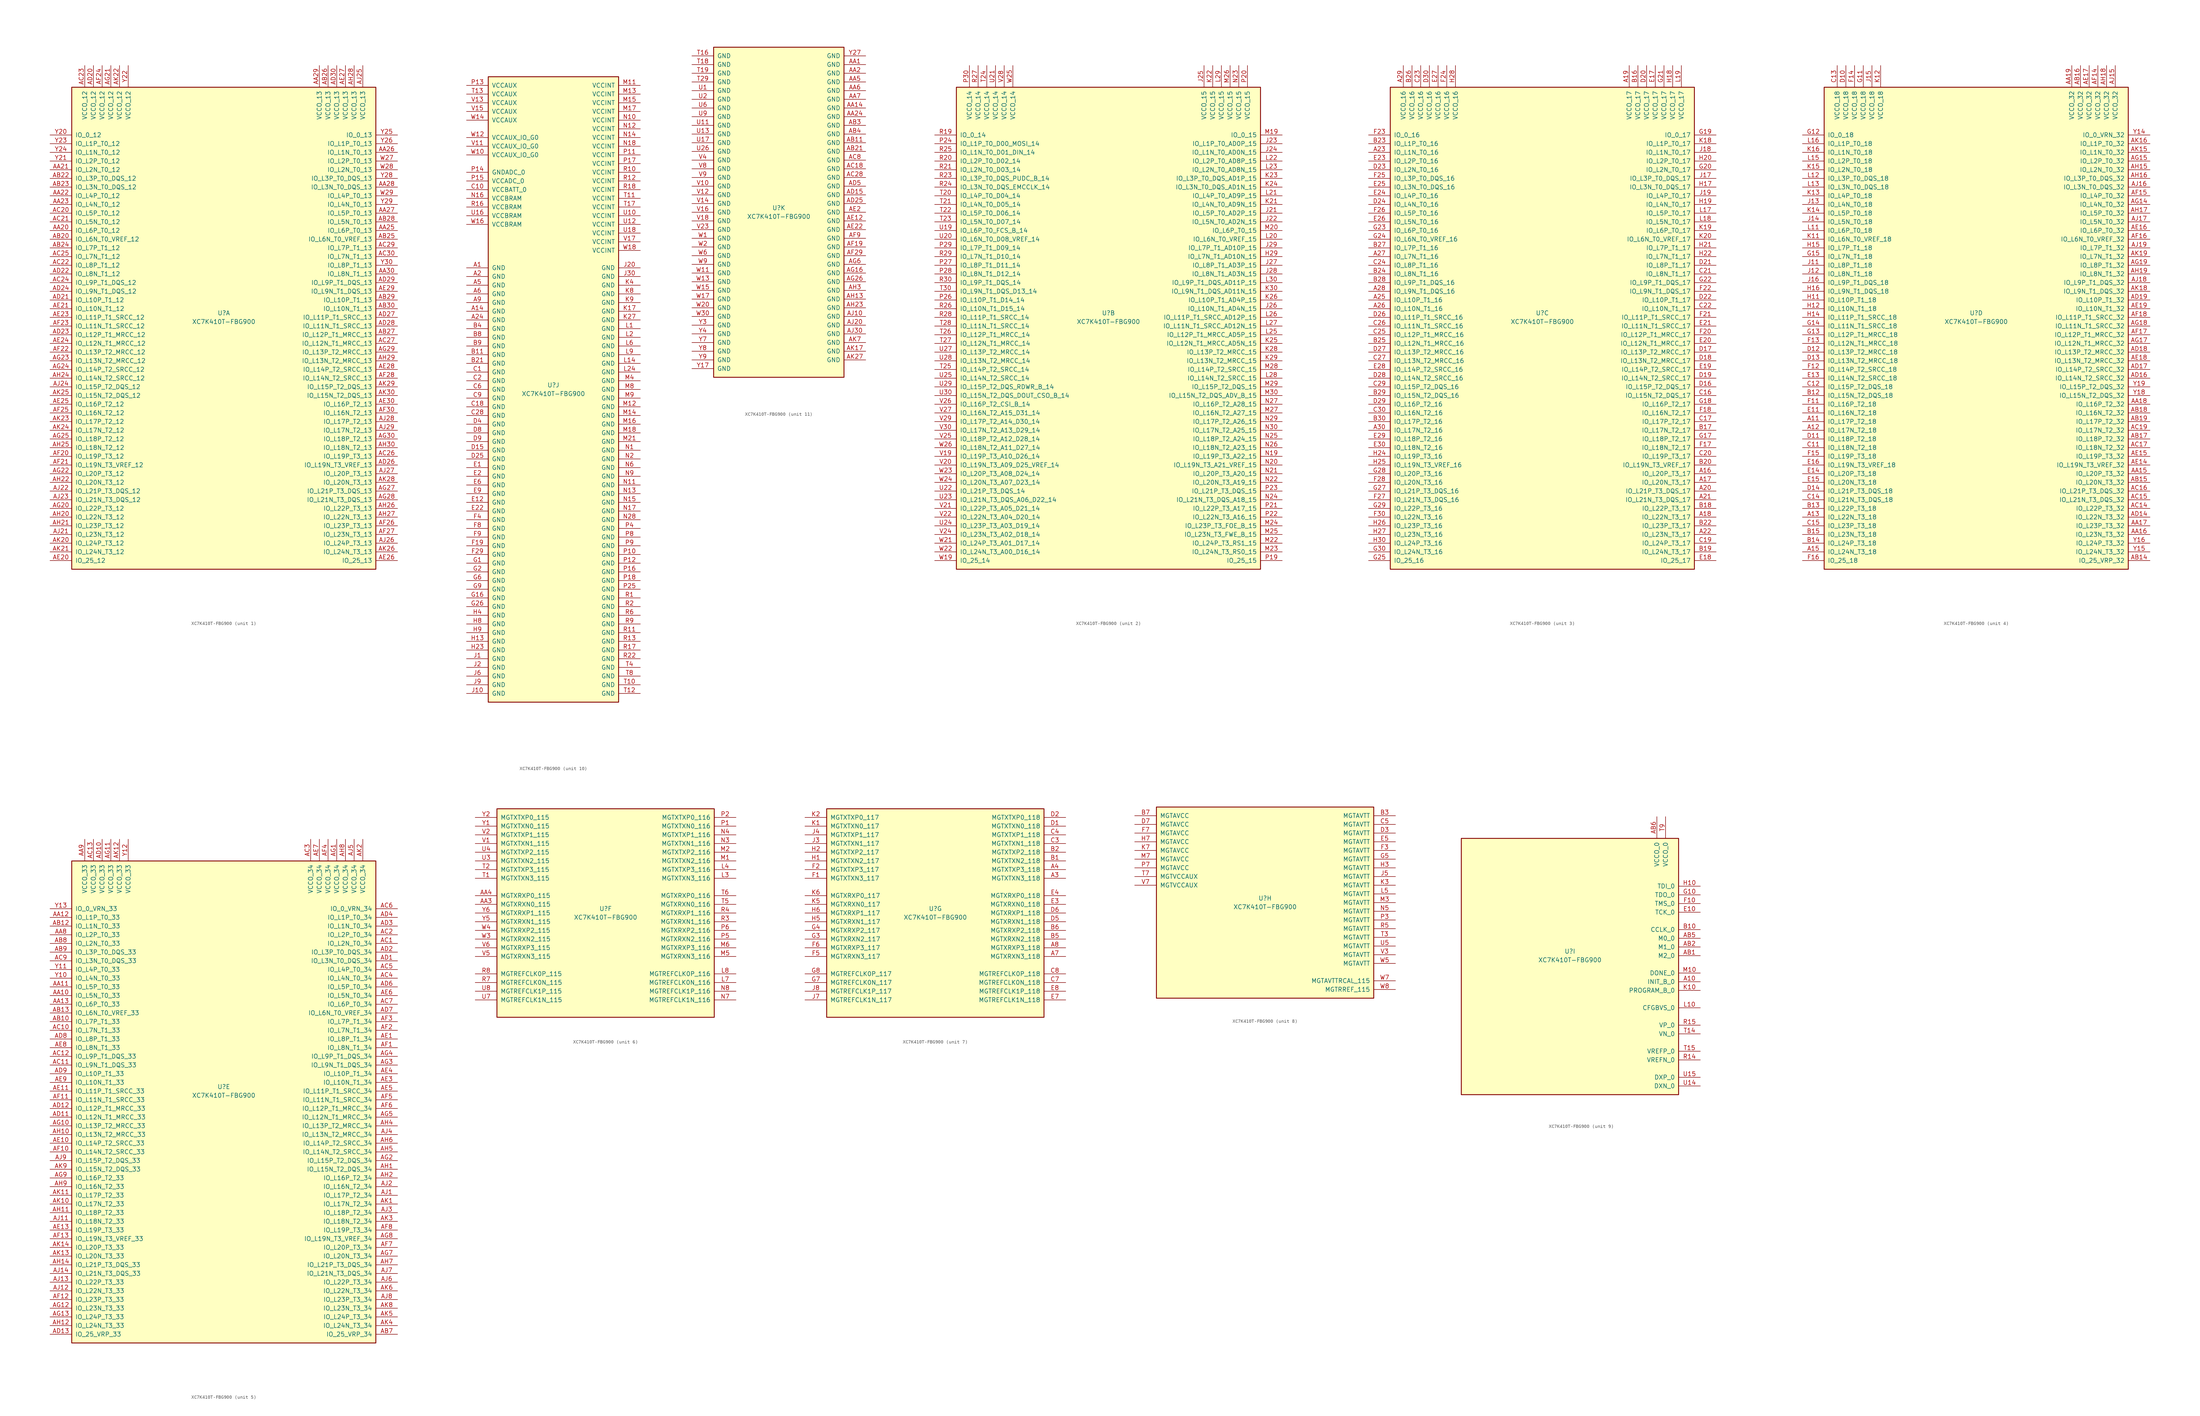
<source format=kicad_sym>
(kicad_symbol_lib
  (version 20201005)
  (generator kicad_symbol_editor)
  (symbol "XC7K410T-FBG900"
    (pin_names
      (offset 1.016))
    (property "Reference" "U"
      (at 0 1.27 0)
      (effects (font (size 1.27 1.27))))
    (property "Value" "XC7K410T-FBG900"
      (at 0 -1.27 0)
      (effects (font (size 1.27 1.27))))
    (property "Datasheet" ""
      (at 0 0 0)
      (effects (font (size 1.27 1.27))))
    (property "ki_locked" ""
      (at 0 0 0)
      (effects (font (size 1.27 1.27))))
    (symbol "XC7K410T-FBG900_1_1"
      (rectangle (start -44.45 67.31) (end 44.45 -73.66) (stroke (width 0.254)) (fill (type background)))
      (pin power_in line (at -40.64 73.66 270) (length 6.35) (name "VCCO_12" (effects (font (size 1.27 1.27)))) (number "AC23" (effects (font (size 1.27 1.27)))))
      (pin power_in line (at -38.1 73.66 270) (length 6.35) (name "VCCO_12" (effects (font (size 1.27 1.27)))) (number "AD20" (effects (font (size 1.27 1.27)))))
      (pin power_in line (at -35.56 73.66 270) (length 6.35) (name "VCCO_12" (effects (font (size 1.27 1.27)))) (number "AF24" (effects (font (size 1.27 1.27)))))
      (pin power_in line (at -33.02 73.66 270) (length 6.35) (name "VCCO_12" (effects (font (size 1.27 1.27)))) (number "AG21" (effects (font (size 1.27 1.27)))))
      (pin power_in line (at -30.48 73.66 270) (length 6.35) (name "VCCO_12" (effects (font (size 1.27 1.27)))) (number "AK22" (effects (font (size 1.27 1.27)))))
      (pin power_in line (at -27.94 73.66 270) (length 6.35) (name "VCCO_12" (effects (font (size 1.27 1.27)))) (number "Y22" (effects (font (size 1.27 1.27)))))
      (pin bidirectional line (at -50.8 53.34 0) (length 6.35) (name "IO_0_12" (effects (font (size 1.27 1.27)))) (number "Y20" (effects (font (size 1.27 1.27)))))
      (pin bidirectional line (at -50.8 50.8 0) (length 6.35) (name "IO_L1P_T0_12" (effects (font (size 1.27 1.27)))) (number "Y23" (effects (font (size 1.27 1.27)))))
      (pin bidirectional line (at -50.8 48.26 0) (length 6.35) (name "IO_L1N_T0_12" (effects (font (size 1.27 1.27)))) (number "Y24" (effects (font (size 1.27 1.27)))))
      (pin bidirectional line (at -50.8 45.72 0) (length 6.35) (name "IO_L2P_T0_12" (effects (font (size 1.27 1.27)))) (number "Y21" (effects (font (size 1.27 1.27)))))
      (pin bidirectional line (at -50.8 43.18 0) (length 6.35) (name "IO_L2N_T0_12" (effects (font (size 1.27 1.27)))) (number "AA21" (effects (font (size 1.27 1.27)))))
      (pin bidirectional line (at -50.8 40.64 0) (length 6.35) (name "IO_L3P_T0_DQS_12" (effects (font (size 1.27 1.27)))) (number "AB22" (effects (font (size 1.27 1.27)))))
      (pin bidirectional line (at -50.8 38.1 0) (length 6.35) (name "IO_L3N_T0_DQS_12" (effects (font (size 1.27 1.27)))) (number "AB23" (effects (font (size 1.27 1.27)))))
      (pin bidirectional line (at -50.8 35.56 0) (length 6.35) (name "IO_L4P_T0_12" (effects (font (size 1.27 1.27)))) (number "AA22" (effects (font (size 1.27 1.27)))))
      (pin bidirectional line (at -50.8 33.02 0) (length 6.35) (name "IO_L4N_T0_12" (effects (font (size 1.27 1.27)))) (number "AA23" (effects (font (size 1.27 1.27)))))
      (pin bidirectional line (at -50.8 30.48 0) (length 6.35) (name "IO_L5P_T0_12" (effects (font (size 1.27 1.27)))) (number "AC20" (effects (font (size 1.27 1.27)))))
      (pin bidirectional line (at -50.8 27.94 0) (length 6.35) (name "IO_L5N_T0_12" (effects (font (size 1.27 1.27)))) (number "AC21" (effects (font (size 1.27 1.27)))))
      (pin bidirectional line (at -50.8 25.4 0) (length 6.35) (name "IO_L6P_T0_12" (effects (font (size 1.27 1.27)))) (number "AA20" (effects (font (size 1.27 1.27)))))
      (pin bidirectional line (at -50.8 22.86 0) (length 6.35) (name "IO_L6N_T0_VREF_12" (effects (font (size 1.27 1.27)))) (number "AB20" (effects (font (size 1.27 1.27)))))
      (pin bidirectional line (at -50.8 20.32 0) (length 6.35) (name "IO_L7P_T1_12" (effects (font (size 1.27 1.27)))) (number "AB24" (effects (font (size 1.27 1.27)))))
      (pin bidirectional line (at -50.8 17.78 0) (length 6.35) (name "IO_L7N_T1_12" (effects (font (size 1.27 1.27)))) (number "AC25" (effects (font (size 1.27 1.27)))))
      (pin bidirectional line (at -50.8 15.24 0) (length 6.35) (name "IO_L8P_T1_12" (effects (font (size 1.27 1.27)))) (number "AC22" (effects (font (size 1.27 1.27)))))
      (pin bidirectional line (at -50.8 12.7 0) (length 6.35) (name "IO_L8N_T1_12" (effects (font (size 1.27 1.27)))) (number "AD22" (effects (font (size 1.27 1.27)))))
      (pin bidirectional line (at -50.8 10.16 0) (length 6.35) (name "IO_L9P_T1_DQS_12" (effects (font (size 1.27 1.27)))) (number "AC24" (effects (font (size 1.27 1.27)))))
      (pin bidirectional line (at -50.8 7.62 0) (length 6.35) (name "IO_L9N_T1_DQS_12" (effects (font (size 1.27 1.27)))) (number "AD24" (effects (font (size 1.27 1.27)))))
      (pin bidirectional line (at -50.8 5.08 0) (length 6.35) (name "IO_L10P_T1_12" (effects (font (size 1.27 1.27)))) (number "AD21" (effects (font (size 1.27 1.27)))))
      (pin bidirectional line (at -50.8 2.54 0) (length 6.35) (name "IO_L10N_T1_12" (effects (font (size 1.27 1.27)))) (number "AE21" (effects (font (size 1.27 1.27)))))
      (pin bidirectional line (at -50.8 0 0) (length 6.35) (name "IO_L11P_T1_SRCC_12" (effects (font (size 1.27 1.27)))) (number "AE23" (effects (font (size 1.27 1.27)))))
      (pin bidirectional line (at -50.8 -2.54 0) (length 6.35) (name "IO_L11N_T1_SRCC_12" (effects (font (size 1.27 1.27)))) (number "AF23" (effects (font (size 1.27 1.27)))))
      (pin bidirectional line (at -50.8 -5.08 0) (length 6.35) (name "IO_L12P_T1_MRCC_12" (effects (font (size 1.27 1.27)))) (number "AD23" (effects (font (size 1.27 1.27)))))
      (pin bidirectional line (at -50.8 -7.62 0) (length 6.35) (name "IO_L12N_T1_MRCC_12" (effects (font (size 1.27 1.27)))) (number "AE24" (effects (font (size 1.27 1.27)))))
      (pin bidirectional line (at -50.8 -10.16 0) (length 6.35) (name "IO_L13P_T2_MRCC_12" (effects (font (size 1.27 1.27)))) (number "AF22" (effects (font (size 1.27 1.27)))))
      (pin bidirectional line (at -50.8 -12.7 0) (length 6.35) (name "IO_L13N_T2_MRCC_12" (effects (font (size 1.27 1.27)))) (number "AG23" (effects (font (size 1.27 1.27)))))
      (pin bidirectional line (at -50.8 -15.24 0) (length 6.35) (name "IO_L14P_T2_SRCC_12" (effects (font (size 1.27 1.27)))) (number "AG24" (effects (font (size 1.27 1.27)))))
      (pin bidirectional line (at -50.8 -17.78 0) (length 6.35) (name "IO_L14N_T2_SRCC_12" (effects (font (size 1.27 1.27)))) (number "AH24" (effects (font (size 1.27 1.27)))))
      (pin bidirectional line (at -50.8 -20.32 0) (length 6.35) (name "IO_L15P_T2_DQS_12" (effects (font (size 1.27 1.27)))) (number "AJ24" (effects (font (size 1.27 1.27)))))
      (pin bidirectional line (at -50.8 -22.86 0) (length 6.35) (name "IO_L15N_T2_DQS_12" (effects (font (size 1.27 1.27)))) (number "AK25" (effects (font (size 1.27 1.27)))))
      (pin bidirectional line (at -50.8 -25.4 0) (length 6.35) (name "IO_L16P_T2_12" (effects (font (size 1.27 1.27)))) (number "AE25" (effects (font (size 1.27 1.27)))))
      (pin bidirectional line (at -50.8 -27.94 0) (length 6.35) (name "IO_L16N_T2_12" (effects (font (size 1.27 1.27)))) (number "AF25" (effects (font (size 1.27 1.27)))))
      (pin bidirectional line (at -50.8 -30.48 0) (length 6.35) (name "IO_L17P_T2_12" (effects (font (size 1.27 1.27)))) (number "AK23" (effects (font (size 1.27 1.27)))))
      (pin bidirectional line (at -50.8 -33.02 0) (length 6.35) (name "IO_L17N_T2_12" (effects (font (size 1.27 1.27)))) (number "AK24" (effects (font (size 1.27 1.27)))))
      (pin bidirectional line (at -50.8 -35.56 0) (length 6.35) (name "IO_L18P_T2_12" (effects (font (size 1.27 1.27)))) (number "AG25" (effects (font (size 1.27 1.27)))))
      (pin bidirectional line (at -50.8 -38.1 0) (length 6.35) (name "IO_L18N_T2_12" (effects (font (size 1.27 1.27)))) (number "AH25" (effects (font (size 1.27 1.27)))))
      (pin bidirectional line (at -50.8 -40.64 0) (length 6.35) (name "IO_L19P_T3_12" (effects (font (size 1.27 1.27)))) (number "AF20" (effects (font (size 1.27 1.27)))))
      (pin bidirectional line (at -50.8 -43.18 0) (length 6.35) (name "IO_L19N_T3_VREF_12" (effects (font (size 1.27 1.27)))) (number "AF21" (effects (font (size 1.27 1.27)))))
      (pin bidirectional line (at -50.8 -45.72 0) (length 6.35) (name "IO_L20P_T3_12" (effects (font (size 1.27 1.27)))) (number "AG22" (effects (font (size 1.27 1.27)))))
      (pin bidirectional line (at -50.8 -48.26 0) (length 6.35) (name "IO_L20N_T3_12" (effects (font (size 1.27 1.27)))) (number "AH22" (effects (font (size 1.27 1.27)))))
      (pin bidirectional line (at -50.8 -50.8 0) (length 6.35) (name "IO_L21P_T3_DQS_12" (effects (font (size 1.27 1.27)))) (number "AJ22" (effects (font (size 1.27 1.27)))))
      (pin bidirectional line (at -50.8 -53.34 0) (length 6.35) (name "IO_L21N_T3_DQS_12" (effects (font (size 1.27 1.27)))) (number "AJ23" (effects (font (size 1.27 1.27)))))
      (pin bidirectional line (at -50.8 -55.88 0) (length 6.35) (name "IO_L22P_T3_12" (effects (font (size 1.27 1.27)))) (number "AG20" (effects (font (size 1.27 1.27)))))
      (pin bidirectional line (at -50.8 -58.42 0) (length 6.35) (name "IO_L22N_T3_12" (effects (font (size 1.27 1.27)))) (number "AH20" (effects (font (size 1.27 1.27)))))
      (pin bidirectional line (at -50.8 -60.96 0) (length 6.35) (name "IO_L23P_T3_12" (effects (font (size 1.27 1.27)))) (number "AH21" (effects (font (size 1.27 1.27)))))
      (pin bidirectional line (at -50.8 -63.5 0) (length 6.35) (name "IO_L23N_T3_12" (effects (font (size 1.27 1.27)))) (number "AJ21" (effects (font (size 1.27 1.27)))))
      (pin bidirectional line (at -50.8 -66.04 0) (length 6.35) (name "IO_L24P_T3_12" (effects (font (size 1.27 1.27)))) (number "AK20" (effects (font (size 1.27 1.27)))))
      (pin bidirectional line (at -50.8 -68.58 0) (length 6.35) (name "IO_L24N_T3_12" (effects (font (size 1.27 1.27)))) (number "AK21" (effects (font (size 1.27 1.27)))))
      (pin bidirectional line (at -50.8 -71.12 0) (length 6.35) (name "IO_25_12" (effects (font (size 1.27 1.27)))) (number "AE20" (effects (font (size 1.27 1.27)))))
      (pin power_in line (at 27.94 73.66 270) (length 6.35) (name "VCCO_13" (effects (font (size 1.27 1.27)))) (number "AA29" (effects (font (size 1.27 1.27)))))
      (pin power_in line (at 30.48 73.66 270) (length 6.35) (name "VCCO_13" (effects (font (size 1.27 1.27)))) (number "AB26" (effects (font (size 1.27 1.27)))))
      (pin power_in line (at 33.02 73.66 270) (length 6.35) (name "VCCO_13" (effects (font (size 1.27 1.27)))) (number "AD30" (effects (font (size 1.27 1.27)))))
      (pin power_in line (at 35.56 73.66 270) (length 6.35) (name "VCCO_13" (effects (font (size 1.27 1.27)))) (number "AE27" (effects (font (size 1.27 1.27)))))
      (pin power_in line (at 38.1 73.66 270) (length 6.35) (name "VCCO_13" (effects (font (size 1.27 1.27)))) (number "AH28" (effects (font (size 1.27 1.27)))))
      (pin power_in line (at 40.64 73.66 270) (length 6.35) (name "VCCO_13" (effects (font (size 1.27 1.27)))) (number "AJ25" (effects (font (size 1.27 1.27)))))
      (pin bidirectional line (at 50.8 53.34 180) (length 6.35) (name "IO_0_13" (effects (font (size 1.27 1.27)))) (number "Y25" (effects (font (size 1.27 1.27)))))
      (pin bidirectional line (at 50.8 50.8 180) (length 6.35) (name "IO_L1P_T0_13" (effects (font (size 1.27 1.27)))) (number "Y26" (effects (font (size 1.27 1.27)))))
      (pin bidirectional line (at 50.8 48.26 180) (length 6.35) (name "IO_L1N_T0_13" (effects (font (size 1.27 1.27)))) (number "AA26" (effects (font (size 1.27 1.27)))))
      (pin bidirectional line (at 50.8 45.72 180) (length 6.35) (name "IO_L2P_T0_13" (effects (font (size 1.27 1.27)))) (number "W27" (effects (font (size 1.27 1.27)))))
      (pin bidirectional line (at 50.8 43.18 180) (length 6.35) (name "IO_L2N_T0_13" (effects (font (size 1.27 1.27)))) (number "W28" (effects (font (size 1.27 1.27)))))
      (pin bidirectional line (at 50.8 40.64 180) (length 6.35) (name "IO_L3P_T0_DQS_13" (effects (font (size 1.27 1.27)))) (number "Y28" (effects (font (size 1.27 1.27)))))
      (pin bidirectional line (at 50.8 38.1 180) (length 6.35) (name "IO_L3N_T0_DQS_13" (effects (font (size 1.27 1.27)))) (number "AA28" (effects (font (size 1.27 1.27)))))
      (pin bidirectional line (at 50.8 35.56 180) (length 6.35) (name "IO_L4P_T0_13" (effects (font (size 1.27 1.27)))) (number "W29" (effects (font (size 1.27 1.27)))))
      (pin bidirectional line (at 50.8 33.02 180) (length 6.35) (name "IO_L4N_T0_13" (effects (font (size 1.27 1.27)))) (number "Y29" (effects (font (size 1.27 1.27)))))
      (pin bidirectional line (at 50.8 30.48 180) (length 6.35) (name "IO_L5P_T0_13" (effects (font (size 1.27 1.27)))) (number "AA27" (effects (font (size 1.27 1.27)))))
      (pin bidirectional line (at 50.8 27.94 180) (length 6.35) (name "IO_L5N_T0_13" (effects (font (size 1.27 1.27)))) (number "AB28" (effects (font (size 1.27 1.27)))))
      (pin bidirectional line (at 50.8 25.4 180) (length 6.35) (name "IO_L6P_T0_13" (effects (font (size 1.27 1.27)))) (number "AA25" (effects (font (size 1.27 1.27)))))
      (pin bidirectional line (at 50.8 22.86 180) (length 6.35) (name "IO_L6N_T0_VREF_13" (effects (font (size 1.27 1.27)))) (number "AB25" (effects (font (size 1.27 1.27)))))
      (pin bidirectional line (at 50.8 20.32 180) (length 6.35) (name "IO_L7P_T1_13" (effects (font (size 1.27 1.27)))) (number "AC29" (effects (font (size 1.27 1.27)))))
      (pin bidirectional line (at 50.8 17.78 180) (length 6.35) (name "IO_L7N_T1_13" (effects (font (size 1.27 1.27)))) (number "AC30" (effects (font (size 1.27 1.27)))))
      (pin bidirectional line (at 50.8 15.24 180) (length 6.35) (name "IO_L8P_T1_13" (effects (font (size 1.27 1.27)))) (number "Y30" (effects (font (size 1.27 1.27)))))
      (pin bidirectional line (at 50.8 12.7 180) (length 6.35) (name "IO_L8N_T1_13" (effects (font (size 1.27 1.27)))) (number "AA30" (effects (font (size 1.27 1.27)))))
      (pin bidirectional line (at 50.8 10.16 180) (length 6.35) (name "IO_L9P_T1_DQS_13" (effects (font (size 1.27 1.27)))) (number "AD29" (effects (font (size 1.27 1.27)))))
      (pin bidirectional line (at 50.8 7.62 180) (length 6.35) (name "IO_L9N_T1_DQS_13" (effects (font (size 1.27 1.27)))) (number "AE29" (effects (font (size 1.27 1.27)))))
      (pin bidirectional line (at 50.8 5.08 180) (length 6.35) (name "IO_L10P_T1_13" (effects (font (size 1.27 1.27)))) (number "AB29" (effects (font (size 1.27 1.27)))))
      (pin bidirectional line (at 50.8 2.54 180) (length 6.35) (name "IO_L10N_T1_13" (effects (font (size 1.27 1.27)))) (number "AB30" (effects (font (size 1.27 1.27)))))
      (pin bidirectional line (at 50.8 0 180) (length 6.35) (name "IO_L11P_T1_SRCC_13" (effects (font (size 1.27 1.27)))) (number "AD27" (effects (font (size 1.27 1.27)))))
      (pin bidirectional line (at 50.8 -2.54 180) (length 6.35) (name "IO_L11N_T1_SRCC_13" (effects (font (size 1.27 1.27)))) (number "AD28" (effects (font (size 1.27 1.27)))))
      (pin bidirectional line (at 50.8 -5.08 180) (length 6.35) (name "IO_L12P_T1_MRCC_13" (effects (font (size 1.27 1.27)))) (number "AB27" (effects (font (size 1.27 1.27)))))
      (pin bidirectional line (at 50.8 -7.62 180) (length 6.35) (name "IO_L12N_T1_MRCC_13" (effects (font (size 1.27 1.27)))) (number "AC27" (effects (font (size 1.27 1.27)))))
      (pin bidirectional line (at 50.8 -10.16 180) (length 6.35) (name "IO_L13P_T2_MRCC_13" (effects (font (size 1.27 1.27)))) (number "AG29" (effects (font (size 1.27 1.27)))))
      (pin bidirectional line (at 50.8 -12.7 180) (length 6.35) (name "IO_L13N_T2_MRCC_13" (effects (font (size 1.27 1.27)))) (number "AH29" (effects (font (size 1.27 1.27)))))
      (pin bidirectional line (at 50.8 -15.24 180) (length 6.35) (name "IO_L14P_T2_SRCC_13" (effects (font (size 1.27 1.27)))) (number "AE28" (effects (font (size 1.27 1.27)))))
      (pin bidirectional line (at 50.8 -17.78 180) (length 6.35) (name "IO_L14N_T2_SRCC_13" (effects (font (size 1.27 1.27)))) (number "AF28" (effects (font (size 1.27 1.27)))))
      (pin bidirectional line (at 50.8 -20.32 180) (length 6.35) (name "IO_L15P_T2_DQS_13" (effects (font (size 1.27 1.27)))) (number "AK29" (effects (font (size 1.27 1.27)))))
      (pin bidirectional line (at 50.8 -22.86 180) (length 6.35) (name "IO_L15N_T2_DQS_13" (effects (font (size 1.27 1.27)))) (number "AK30" (effects (font (size 1.27 1.27)))))
      (pin bidirectional line (at 50.8 -25.4 180) (length 6.35) (name "IO_L16P_T2_13" (effects (font (size 1.27 1.27)))) (number "AE30" (effects (font (size 1.27 1.27)))))
      (pin bidirectional line (at 50.8 -27.94 180) (length 6.35) (name "IO_L16N_T2_13" (effects (font (size 1.27 1.27)))) (number "AF30" (effects (font (size 1.27 1.27)))))
      (pin bidirectional line (at 50.8 -30.48 180) (length 6.35) (name "IO_L17P_T2_13" (effects (font (size 1.27 1.27)))) (number "AJ28" (effects (font (size 1.27 1.27)))))
      (pin bidirectional line (at 50.8 -33.02 180) (length 6.35) (name "IO_L17N_T2_13" (effects (font (size 1.27 1.27)))) (number "AJ29" (effects (font (size 1.27 1.27)))))
      (pin bidirectional line (at 50.8 -35.56 180) (length 6.35) (name "IO_L18P_T2_13" (effects (font (size 1.27 1.27)))) (number "AG30" (effects (font (size 1.27 1.27)))))
      (pin bidirectional line (at 50.8 -38.1 180) (length 6.35) (name "IO_L18N_T2_13" (effects (font (size 1.27 1.27)))) (number "AH30" (effects (font (size 1.27 1.27)))))
      (pin bidirectional line (at 50.8 -40.64 180) (length 6.35) (name "IO_L19P_T3_13" (effects (font (size 1.27 1.27)))) (number "AC26" (effects (font (size 1.27 1.27)))))
      (pin bidirectional line (at 50.8 -43.18 180) (length 6.35) (name "IO_L19N_T3_VREF_13" (effects (font (size 1.27 1.27)))) (number "AD26" (effects (font (size 1.27 1.27)))))
      (pin bidirectional line (at 50.8 -45.72 180) (length 6.35) (name "IO_L20P_T3_13" (effects (font (size 1.27 1.27)))) (number "AJ27" (effects (font (size 1.27 1.27)))))
      (pin bidirectional line (at 50.8 -48.26 180) (length 6.35) (name "IO_L20N_T3_13" (effects (font (size 1.27 1.27)))) (number "AK28" (effects (font (size 1.27 1.27)))))
      (pin bidirectional line (at 50.8 -50.8 180) (length 6.35) (name "IO_L21P_T3_DQS_13" (effects (font (size 1.27 1.27)))) (number "AG27" (effects (font (size 1.27 1.27)))))
      (pin bidirectional line (at 50.8 -53.34 180) (length 6.35) (name "IO_L21N_T3_DQS_13" (effects (font (size 1.27 1.27)))) (number "AG28" (effects (font (size 1.27 1.27)))))
      (pin bidirectional line (at 50.8 -55.88 180) (length 6.35) (name "IO_L22P_T3_13" (effects (font (size 1.27 1.27)))) (number "AH26" (effects (font (size 1.27 1.27)))))
      (pin bidirectional line (at 50.8 -58.42 180) (length 6.35) (name "IO_L22N_T3_13" (effects (font (size 1.27 1.27)))) (number "AH27" (effects (font (size 1.27 1.27)))))
      (pin bidirectional line (at 50.8 -60.96 180) (length 6.35) (name "IO_L23P_T3_13" (effects (font (size 1.27 1.27)))) (number "AF26" (effects (font (size 1.27 1.27)))))
      (pin bidirectional line (at 50.8 -63.5 180) (length 6.35) (name "IO_L23N_T3_13" (effects (font (size 1.27 1.27)))) (number "AF27" (effects (font (size 1.27 1.27)))))
      (pin bidirectional line (at 50.8 -66.04 180) (length 6.35) (name "IO_L24P_T3_13" (effects (font (size 1.27 1.27)))) (number "AJ26" (effects (font (size 1.27 1.27)))))
      (pin bidirectional line (at 50.8 -68.58 180) (length 6.35) (name "IO_L24N_T3_13" (effects (font (size 1.27 1.27)))) (number "AK26" (effects (font (size 1.27 1.27)))))
      (pin bidirectional line (at 50.8 -71.12 180) (length 6.35) (name "IO_25_13" (effects (font (size 1.27 1.27)))) (number "AE26" (effects (font (size 1.27 1.27))))))
    (symbol "XC7K410T-FBG900_2_1"
      (rectangle (start -44.45 67.31) (end 44.45 -73.66) (stroke (width 0.254)) (fill (type background)))
      (pin power_in line (at -40.64 73.66 270) (length 6.35) (name "VCCO_14" (effects (font (size 1.27 1.27)))) (number "P30" (effects (font (size 1.27 1.27)))))
      (pin power_in line (at -38.1 73.66 270) (length 6.35) (name "VCCO_14" (effects (font (size 1.27 1.27)))) (number "R27" (effects (font (size 1.27 1.27)))))
      (pin power_in line (at -35.56 73.66 270) (length 6.35) (name "VCCO_14" (effects (font (size 1.27 1.27)))) (number "T24" (effects (font (size 1.27 1.27)))))
      (pin power_in line (at -33.02 73.66 270) (length 6.35) (name "VCCO_14" (effects (font (size 1.27 1.27)))) (number "U21" (effects (font (size 1.27 1.27)))))
      (pin power_in line (at -30.48 73.66 270) (length 6.35) (name "VCCO_14" (effects (font (size 1.27 1.27)))) (number "V28" (effects (font (size 1.27 1.27)))))
      (pin power_in line (at -27.94 73.66 270) (length 6.35) (name "VCCO_14" (effects (font (size 1.27 1.27)))) (number "W25" (effects (font (size 1.27 1.27)))))
      (pin bidirectional line (at -50.8 53.34 0) (length 6.35) (name "IO_0_14" (effects (font (size 1.27 1.27)))) (number "R19" (effects (font (size 1.27 1.27)))))
      (pin bidirectional line (at -50.8 50.8 0) (length 6.35) (name "IO_L1P_T0_D00_MOSI_14" (effects (font (size 1.27 1.27)))) (number "P24" (effects (font (size 1.27 1.27)))))
      (pin bidirectional line (at -50.8 48.26 0) (length 6.35) (name "IO_L1N_T0_D01_DIN_14" (effects (font (size 1.27 1.27)))) (number "R25" (effects (font (size 1.27 1.27)))))
      (pin bidirectional line (at -50.8 45.72 0) (length 6.35) (name "IO_L2P_T0_D02_14" (effects (font (size 1.27 1.27)))) (number "R20" (effects (font (size 1.27 1.27)))))
      (pin bidirectional line (at -50.8 43.18 0) (length 6.35) (name "IO_L2N_T0_D03_14" (effects (font (size 1.27 1.27)))) (number "R21" (effects (font (size 1.27 1.27)))))
      (pin bidirectional line (at -50.8 40.64 0) (length 6.35) (name "IO_L3P_T0_DQS_PUDC_B_14" (effects (font (size 1.27 1.27)))) (number "R23" (effects (font (size 1.27 1.27)))))
      (pin bidirectional line (at -50.8 38.1 0) (length 6.35) (name "IO_L3N_T0_DQS_EMCCLK_14" (effects (font (size 1.27 1.27)))) (number "R24" (effects (font (size 1.27 1.27)))))
      (pin bidirectional line (at -50.8 35.56 0) (length 6.35) (name "IO_L4P_T0_D04_14" (effects (font (size 1.27 1.27)))) (number "T20" (effects (font (size 1.27 1.27)))))
      (pin bidirectional line (at -50.8 33.02 0) (length 6.35) (name "IO_L4N_T0_D05_14" (effects (font (size 1.27 1.27)))) (number "T21" (effects (font (size 1.27 1.27)))))
      (pin bidirectional line (at -50.8 30.48 0) (length 6.35) (name "IO_L5P_T0_D06_14" (effects (font (size 1.27 1.27)))) (number "T22" (effects (font (size 1.27 1.27)))))
      (pin bidirectional line (at -50.8 27.94 0) (length 6.35) (name "IO_L5N_T0_D07_14" (effects (font (size 1.27 1.27)))) (number "T23" (effects (font (size 1.27 1.27)))))
      (pin bidirectional line (at -50.8 25.4 0) (length 6.35) (name "IO_L6P_T0_FCS_B_14" (effects (font (size 1.27 1.27)))) (number "U19" (effects (font (size 1.27 1.27)))))
      (pin bidirectional line (at -50.8 22.86 0) (length 6.35) (name "IO_L6N_T0_D08_VREF_14" (effects (font (size 1.27 1.27)))) (number "U20" (effects (font (size 1.27 1.27)))))
      (pin bidirectional line (at -50.8 20.32 0) (length 6.35) (name "IO_L7P_T1_D09_14" (effects (font (size 1.27 1.27)))) (number "P29" (effects (font (size 1.27 1.27)))))
      (pin bidirectional line (at -50.8 17.78 0) (length 6.35) (name "IO_L7N_T1_D10_14" (effects (font (size 1.27 1.27)))) (number "R29" (effects (font (size 1.27 1.27)))))
      (pin bidirectional line (at -50.8 15.24 0) (length 6.35) (name "IO_L8P_T1_D11_14" (effects (font (size 1.27 1.27)))) (number "P27" (effects (font (size 1.27 1.27)))))
      (pin bidirectional line (at -50.8 12.7 0) (length 6.35) (name "IO_L8N_T1_D12_14" (effects (font (size 1.27 1.27)))) (number "P28" (effects (font (size 1.27 1.27)))))
      (pin bidirectional line (at -50.8 10.16 0) (length 6.35) (name "IO_L9P_T1_DQS_14" (effects (font (size 1.27 1.27)))) (number "R30" (effects (font (size 1.27 1.27)))))
      (pin bidirectional line (at -50.8 7.62 0) (length 6.35) (name "IO_L9N_T1_DQS_D13_14" (effects (font (size 1.27 1.27)))) (number "T30" (effects (font (size 1.27 1.27)))))
      (pin bidirectional line (at -50.8 5.08 0) (length 6.35) (name "IO_L10P_T1_D14_14" (effects (font (size 1.27 1.27)))) (number "P26" (effects (font (size 1.27 1.27)))))
      (pin bidirectional line (at -50.8 2.54 0) (length 6.35) (name "IO_L10N_T1_D15_14" (effects (font (size 1.27 1.27)))) (number "R26" (effects (font (size 1.27 1.27)))))
      (pin bidirectional line (at -50.8 0 0) (length 6.35) (name "IO_L11P_T1_SRCC_14" (effects (font (size 1.27 1.27)))) (number "R28" (effects (font (size 1.27 1.27)))))
      (pin bidirectional line (at -50.8 -2.54 0) (length 6.35) (name "IO_L11N_T1_SRCC_14" (effects (font (size 1.27 1.27)))) (number "T28" (effects (font (size 1.27 1.27)))))
      (pin bidirectional line (at -50.8 -5.08 0) (length 6.35) (name "IO_L12P_T1_MRCC_14" (effects (font (size 1.27 1.27)))) (number "T26" (effects (font (size 1.27 1.27)))))
      (pin bidirectional line (at -50.8 -7.62 0) (length 6.35) (name "IO_L12N_T1_MRCC_14" (effects (font (size 1.27 1.27)))) (number "T27" (effects (font (size 1.27 1.27)))))
      (pin bidirectional line (at -50.8 -10.16 0) (length 6.35) (name "IO_L13P_T2_MRCC_14" (effects (font (size 1.27 1.27)))) (number "U27" (effects (font (size 1.27 1.27)))))
      (pin bidirectional line (at -50.8 -12.7 0) (length 6.35) (name "IO_L13N_T2_MRCC_14" (effects (font (size 1.27 1.27)))) (number "U28" (effects (font (size 1.27 1.27)))))
      (pin bidirectional line (at -50.8 -15.24 0) (length 6.35) (name "IO_L14P_T2_SRCC_14" (effects (font (size 1.27 1.27)))) (number "T25" (effects (font (size 1.27 1.27)))))
      (pin bidirectional line (at -50.8 -17.78 0) (length 6.35) (name "IO_L14N_T2_SRCC_14" (effects (font (size 1.27 1.27)))) (number "U25" (effects (font (size 1.27 1.27)))))
      (pin bidirectional line (at -50.8 -20.32 0) (length 6.35) (name "IO_L15P_T2_DQS_RDWR_B_14" (effects (font (size 1.27 1.27)))) (number "U29" (effects (font (size 1.27 1.27)))))
      (pin bidirectional line (at -50.8 -22.86 0) (length 6.35) (name "IO_L15N_T2_DQS_DOUT_CSO_B_14" (effects (font (size 1.27 1.27)))) (number "U30" (effects (font (size 1.27 1.27)))))
      (pin bidirectional line (at -50.8 -25.4 0) (length 6.35) (name "IO_L16P_T2_CSI_B_14" (effects (font (size 1.27 1.27)))) (number "V26" (effects (font (size 1.27 1.27)))))
      (pin bidirectional line (at -50.8 -27.94 0) (length 6.35) (name "IO_L16N_T2_A15_D31_14" (effects (font (size 1.27 1.27)))) (number "V27" (effects (font (size 1.27 1.27)))))
      (pin bidirectional line (at -50.8 -30.48 0) (length 6.35) (name "IO_L17P_T2_A14_D30_14" (effects (font (size 1.27 1.27)))) (number "V29" (effects (font (size 1.27 1.27)))))
      (pin bidirectional line (at -50.8 -33.02 0) (length 6.35) (name "IO_L17N_T2_A13_D29_14" (effects (font (size 1.27 1.27)))) (number "V30" (effects (font (size 1.27 1.27)))))
      (pin bidirectional line (at -50.8 -35.56 0) (length 6.35) (name "IO_L18P_T2_A12_D28_14" (effects (font (size 1.27 1.27)))) (number "V25" (effects (font (size 1.27 1.27)))))
      (pin bidirectional line (at -50.8 -38.1 0) (length 6.35) (name "IO_L18N_T2_A11_D27_14" (effects (font (size 1.27 1.27)))) (number "W26" (effects (font (size 1.27 1.27)))))
      (pin bidirectional line (at -50.8 -40.64 0) (length 6.35) (name "IO_L19P_T3_A10_D26_14" (effects (font (size 1.27 1.27)))) (number "V19" (effects (font (size 1.27 1.27)))))
      (pin bidirectional line (at -50.8 -43.18 0) (length 6.35) (name "IO_L19N_T3_A09_D25_VREF_14" (effects (font (size 1.27 1.27)))) (number "V20" (effects (font (size 1.27 1.27)))))
      (pin bidirectional line (at -50.8 -45.72 0) (length 6.35) (name "IO_L20P_T3_A08_D24_14" (effects (font (size 1.27 1.27)))) (number "W23" (effects (font (size 1.27 1.27)))))
      (pin bidirectional line (at -50.8 -48.26 0) (length 6.35) (name "IO_L20N_T3_A07_D23_14" (effects (font (size 1.27 1.27)))) (number "W24" (effects (font (size 1.27 1.27)))))
      (pin bidirectional line (at -50.8 -50.8 0) (length 6.35) (name "IO_L21P_T3_DQS_14" (effects (font (size 1.27 1.27)))) (number "U22" (effects (font (size 1.27 1.27)))))
      (pin bidirectional line (at -50.8 -53.34 0) (length 6.35) (name "IO_L21N_T3_DQS_A06_D22_14" (effects (font (size 1.27 1.27)))) (number "U23" (effects (font (size 1.27 1.27)))))
      (pin bidirectional line (at -50.8 -55.88 0) (length 6.35) (name "IO_L22P_T3_A05_D21_14" (effects (font (size 1.27 1.27)))) (number "V21" (effects (font (size 1.27 1.27)))))
      (pin bidirectional line (at -50.8 -58.42 0) (length 6.35) (name "IO_L22N_T3_A04_D20_14" (effects (font (size 1.27 1.27)))) (number "V22" (effects (font (size 1.27 1.27)))))
      (pin bidirectional line (at -50.8 -60.96 0) (length 6.35) (name "IO_L23P_T3_A03_D19_14" (effects (font (size 1.27 1.27)))) (number "U24" (effects (font (size 1.27 1.27)))))
      (pin bidirectional line (at -50.8 -63.5 0) (length 6.35) (name "IO_L23N_T3_A02_D18_14" (effects (font (size 1.27 1.27)))) (number "V24" (effects (font (size 1.27 1.27)))))
      (pin bidirectional line (at -50.8 -66.04 0) (length 6.35) (name "IO_L24P_T3_A01_D17_14" (effects (font (size 1.27 1.27)))) (number "W21" (effects (font (size 1.27 1.27)))))
      (pin bidirectional line (at -50.8 -68.58 0) (length 6.35) (name "IO_L24N_T3_A00_D16_14" (effects (font (size 1.27 1.27)))) (number "W22" (effects (font (size 1.27 1.27)))))
      (pin bidirectional line (at -50.8 -71.12 0) (length 6.35) (name "IO_25_14" (effects (font (size 1.27 1.27)))) (number "W19" (effects (font (size 1.27 1.27)))))
      (pin power_in line (at 27.94 73.66 270) (length 6.35) (name "VCCO_15" (effects (font (size 1.27 1.27)))) (number "J25" (effects (font (size 1.27 1.27)))))
      (pin power_in line (at 30.48 73.66 270) (length 6.35) (name "VCCO_15" (effects (font (size 1.27 1.27)))) (number "K22" (effects (font (size 1.27 1.27)))))
      (pin power_in line (at 33.02 73.66 270) (length 6.35) (name "VCCO_15" (effects (font (size 1.27 1.27)))) (number "L29" (effects (font (size 1.27 1.27)))))
      (pin power_in line (at 35.56 73.66 270) (length 6.35) (name "VCCO_15" (effects (font (size 1.27 1.27)))) (number "M26" (effects (font (size 1.27 1.27)))))
      (pin power_in line (at 38.1 73.66 270) (length 6.35) (name "VCCO_15" (effects (font (size 1.27 1.27)))) (number "N23" (effects (font (size 1.27 1.27)))))
      (pin power_in line (at 40.64 73.66 270) (length 6.35) (name "VCCO_15" (effects (font (size 1.27 1.27)))) (number "P20" (effects (font (size 1.27 1.27)))))
      (pin bidirectional line (at 50.8 53.34 180) (length 6.35) (name "IO_0_15" (effects (font (size 1.27 1.27)))) (number "M19" (effects (font (size 1.27 1.27)))))
      (pin bidirectional line (at 50.8 50.8 180) (length 6.35) (name "IO_L1P_T0_AD0P_15" (effects (font (size 1.27 1.27)))) (number "J23" (effects (font (size 1.27 1.27)))))
      (pin bidirectional line (at 50.8 48.26 180) (length 6.35) (name "IO_L1N_T0_AD0N_15" (effects (font (size 1.27 1.27)))) (number "J24" (effects (font (size 1.27 1.27)))))
      (pin bidirectional line (at 50.8 45.72 180) (length 6.35) (name "IO_L2P_T0_AD8P_15" (effects (font (size 1.27 1.27)))) (number "L22" (effects (font (size 1.27 1.27)))))
      (pin bidirectional line (at 50.8 43.18 180) (length 6.35) (name "IO_L2N_T0_AD8N_15" (effects (font (size 1.27 1.27)))) (number "L23" (effects (font (size 1.27 1.27)))))
      (pin bidirectional line (at 50.8 40.64 180) (length 6.35) (name "IO_L3P_T0_DQS_AD1P_15" (effects (font (size 1.27 1.27)))) (number "K23" (effects (font (size 1.27 1.27)))))
      (pin bidirectional line (at 50.8 38.1 180) (length 6.35) (name "IO_L3N_T0_DQS_AD1N_15" (effects (font (size 1.27 1.27)))) (number "K24" (effects (font (size 1.27 1.27)))))
      (pin bidirectional line (at 50.8 35.56 180) (length 6.35) (name "IO_L4P_T0_AD9P_15" (effects (font (size 1.27 1.27)))) (number "L21" (effects (font (size 1.27 1.27)))))
      (pin bidirectional line (at 50.8 33.02 180) (length 6.35) (name "IO_L4N_T0_AD9N_15" (effects (font (size 1.27 1.27)))) (number "K21" (effects (font (size 1.27 1.27)))))
      (pin bidirectional line (at 50.8 30.48 180) (length 6.35) (name "IO_L5P_T0_AD2P_15" (effects (font (size 1.27 1.27)))) (number "J21" (effects (font (size 1.27 1.27)))))
      (pin bidirectional line (at 50.8 27.94 180) (length 6.35) (name "IO_L5N_T0_AD2N_15" (effects (font (size 1.27 1.27)))) (number "J22" (effects (font (size 1.27 1.27)))))
      (pin bidirectional line (at 50.8 25.4 180) (length 6.35) (name "IO_L6P_T0_15" (effects (font (size 1.27 1.27)))) (number "M20" (effects (font (size 1.27 1.27)))))
      (pin bidirectional line (at 50.8 22.86 180) (length 6.35) (name "IO_L6N_T0_VREF_15" (effects (font (size 1.27 1.27)))) (number "L20" (effects (font (size 1.27 1.27)))))
      (pin bidirectional line (at 50.8 20.32 180) (length 6.35) (name "IO_L7P_T1_AD10P_15" (effects (font (size 1.27 1.27)))) (number "J29" (effects (font (size 1.27 1.27)))))
      (pin bidirectional line (at 50.8 17.78 180) (length 6.35) (name "IO_L7N_T1_AD10N_15" (effects (font (size 1.27 1.27)))) (number "H29" (effects (font (size 1.27 1.27)))))
      (pin bidirectional line (at 50.8 15.24 180) (length 6.35) (name "IO_L8P_T1_AD3P_15" (effects (font (size 1.27 1.27)))) (number "J27" (effects (font (size 1.27 1.27)))))
      (pin bidirectional line (at 50.8 12.7 180) (length 6.35) (name "IO_L8N_T1_AD3N_15" (effects (font (size 1.27 1.27)))) (number "J28" (effects (font (size 1.27 1.27)))))
      (pin bidirectional line (at 50.8 10.16 180) (length 6.35) (name "IO_L9P_T1_DQS_AD11P_15" (effects (font (size 1.27 1.27)))) (number "L30" (effects (font (size 1.27 1.27)))))
      (pin bidirectional line (at 50.8 7.62 180) (length 6.35) (name "IO_L9N_T1_DQS_AD11N_15" (effects (font (size 1.27 1.27)))) (number "K30" (effects (font (size 1.27 1.27)))))
      (pin bidirectional line (at 50.8 5.08 180) (length 6.35) (name "IO_L10P_T1_AD4P_15" (effects (font (size 1.27 1.27)))) (number "K26" (effects (font (size 1.27 1.27)))))
      (pin bidirectional line (at 50.8 2.54 180) (length 6.35) (name "IO_L10N_T1_AD4N_15" (effects (font (size 1.27 1.27)))) (number "J26" (effects (font (size 1.27 1.27)))))
      (pin bidirectional line (at 50.8 0 180) (length 6.35) (name "IO_L11P_T1_SRCC_AD12P_15" (effects (font (size 1.27 1.27)))) (number "L26" (effects (font (size 1.27 1.27)))))
      (pin bidirectional line (at 50.8 -2.54 180) (length 6.35) (name "IO_L11N_T1_SRCC_AD12N_15" (effects (font (size 1.27 1.27)))) (number "L27" (effects (font (size 1.27 1.27)))))
      (pin bidirectional line (at 50.8 -5.08 180) (length 6.35) (name "IO_L12P_T1_MRCC_AD5P_15" (effects (font (size 1.27 1.27)))) (number "L25" (effects (font (size 1.27 1.27)))))
      (pin bidirectional line (at 50.8 -7.62 180) (length 6.35) (name "IO_L12N_T1_MRCC_AD5N_15" (effects (font (size 1.27 1.27)))) (number "K25" (effects (font (size 1.27 1.27)))))
      (pin bidirectional line (at 50.8 -10.16 180) (length 6.35) (name "IO_L13P_T2_MRCC_15" (effects (font (size 1.27 1.27)))) (number "K28" (effects (font (size 1.27 1.27)))))
      (pin bidirectional line (at 50.8 -12.7 180) (length 6.35) (name "IO_L13N_T2_MRCC_15" (effects (font (size 1.27 1.27)))) (number "K29" (effects (font (size 1.27 1.27)))))
      (pin bidirectional line (at 50.8 -15.24 180) (length 6.35) (name "IO_L14P_T2_SRCC_15" (effects (font (size 1.27 1.27)))) (number "M28" (effects (font (size 1.27 1.27)))))
      (pin bidirectional line (at 50.8 -17.78 180) (length 6.35) (name "IO_L14N_T2_SRCC_15" (effects (font (size 1.27 1.27)))) (number "L28" (effects (font (size 1.27 1.27)))))
      (pin bidirectional line (at 50.8 -20.32 180) (length 6.35) (name "IO_L15P_T2_DQS_15" (effects (font (size 1.27 1.27)))) (number "M29" (effects (font (size 1.27 1.27)))))
      (pin bidirectional line (at 50.8 -22.86 180) (length 6.35) (name "IO_L15N_T2_DQS_ADV_B_15" (effects (font (size 1.27 1.27)))) (number "M30" (effects (font (size 1.27 1.27)))))
      (pin bidirectional line (at 50.8 -25.4 180) (length 6.35) (name "IO_L16P_T2_A28_15" (effects (font (size 1.27 1.27)))) (number "N27" (effects (font (size 1.27 1.27)))))
      (pin bidirectional line (at 50.8 -27.94 180) (length 6.35) (name "IO_L16N_T2_A27_15" (effects (font (size 1.27 1.27)))) (number "M27" (effects (font (size 1.27 1.27)))))
      (pin bidirectional line (at 50.8 -30.48 180) (length 6.35) (name "IO_L17P_T2_A26_15" (effects (font (size 1.27 1.27)))) (number "N29" (effects (font (size 1.27 1.27)))))
      (pin bidirectional line (at 50.8 -33.02 180) (length 6.35) (name "IO_L17N_T2_A25_15" (effects (font (size 1.27 1.27)))) (number "N30" (effects (font (size 1.27 1.27)))))
      (pin bidirectional line (at 50.8 -35.56 180) (length 6.35) (name "IO_L18P_T2_A24_15" (effects (font (size 1.27 1.27)))) (number "N25" (effects (font (size 1.27 1.27)))))
      (pin bidirectional line (at 50.8 -38.1 180) (length 6.35) (name "IO_L18N_T2_A23_15" (effects (font (size 1.27 1.27)))) (number "N26" (effects (font (size 1.27 1.27)))))
      (pin bidirectional line (at 50.8 -40.64 180) (length 6.35) (name "IO_L19P_T3_A22_15" (effects (font (size 1.27 1.27)))) (number "N19" (effects (font (size 1.27 1.27)))))
      (pin bidirectional line (at 50.8 -43.18 180) (length 6.35) (name "IO_L19N_T3_A21_VREF_15" (effects (font (size 1.27 1.27)))) (number "N20" (effects (font (size 1.27 1.27)))))
      (pin bidirectional line (at 50.8 -45.72 180) (length 6.35) (name "IO_L20P_T3_A20_15" (effects (font (size 1.27 1.27)))) (number "N21" (effects (font (size 1.27 1.27)))))
      (pin bidirectional line (at 50.8 -48.26 180) (length 6.35) (name "IO_L20N_T3_A19_15" (effects (font (size 1.27 1.27)))) (number "N22" (effects (font (size 1.27 1.27)))))
      (pin bidirectional line (at 50.8 -50.8 180) (length 6.35) (name "IO_L21P_T3_DQS_15" (effects (font (size 1.27 1.27)))) (number "P23" (effects (font (size 1.27 1.27)))))
      (pin bidirectional line (at 50.8 -53.34 180) (length 6.35) (name "IO_L21N_T3_DQS_A18_15" (effects (font (size 1.27 1.27)))) (number "N24" (effects (font (size 1.27 1.27)))))
      (pin bidirectional line (at 50.8 -55.88 180) (length 6.35) (name "IO_L22P_T3_A17_15" (effects (font (size 1.27 1.27)))) (number "P21" (effects (font (size 1.27 1.27)))))
      (pin bidirectional line (at 50.8 -58.42 180) (length 6.35) (name "IO_L22N_T3_A16_15" (effects (font (size 1.27 1.27)))) (number "P22" (effects (font (size 1.27 1.27)))))
      (pin bidirectional line (at 50.8 -60.96 180) (length 6.35) (name "IO_L23P_T3_FOE_B_15" (effects (font (size 1.27 1.27)))) (number "M24" (effects (font (size 1.27 1.27)))))
      (pin bidirectional line (at 50.8 -63.5 180) (length 6.35) (name "IO_L23N_T3_FWE_B_15" (effects (font (size 1.27 1.27)))) (number "M25" (effects (font (size 1.27 1.27)))))
      (pin bidirectional line (at 50.8 -66.04 180) (length 6.35) (name "IO_L24P_T3_RS1_15" (effects (font (size 1.27 1.27)))) (number "M22" (effects (font (size 1.27 1.27)))))
      (pin bidirectional line (at 50.8 -68.58 180) (length 6.35) (name "IO_L24N_T3_RS0_15" (effects (font (size 1.27 1.27)))) (number "M23" (effects (font (size 1.27 1.27)))))
      (pin bidirectional line (at 50.8 -71.12 180) (length 6.35) (name "IO_25_15" (effects (font (size 1.27 1.27)))) (number "P19" (effects (font (size 1.27 1.27))))))
    (symbol "XC7K410T-FBG900_3_1"
      (rectangle (start -44.45 67.31) (end 44.45 -73.66) (stroke (width 0.254)) (fill (type background)))
      (pin power_in line (at -40.64 73.66 270) (length 6.35) (name "VCCO_16" (effects (font (size 1.27 1.27)))) (number "A29" (effects (font (size 1.27 1.27)))))
      (pin power_in line (at -38.1 73.66 270) (length 6.35) (name "VCCO_16" (effects (font (size 1.27 1.27)))) (number "B26" (effects (font (size 1.27 1.27)))))
      (pin power_in line (at -35.56 73.66 270) (length 6.35) (name "VCCO_16" (effects (font (size 1.27 1.27)))) (number "C23" (effects (font (size 1.27 1.27)))))
      (pin power_in line (at -33.02 73.66 270) (length 6.35) (name "VCCO_16" (effects (font (size 1.27 1.27)))) (number "D30" (effects (font (size 1.27 1.27)))))
      (pin power_in line (at -30.48 73.66 270) (length 6.35) (name "VCCO_16" (effects (font (size 1.27 1.27)))) (number "E27" (effects (font (size 1.27 1.27)))))
      (pin power_in line (at -27.94 73.66 270) (length 6.35) (name "VCCO_16" (effects (font (size 1.27 1.27)))) (number "F24" (effects (font (size 1.27 1.27)))))
      (pin power_in line (at -25.4 73.66 270) (length 6.35) (name "VCCO_16" (effects (font (size 1.27 1.27)))) (number "H28" (effects (font (size 1.27 1.27)))))
      (pin bidirectional line (at -50.8 53.34 0) (length 6.35) (name "IO_0_16" (effects (font (size 1.27 1.27)))) (number "F23" (effects (font (size 1.27 1.27)))))
      (pin bidirectional line (at -50.8 50.8 0) (length 6.35) (name "IO_L1P_T0_16" (effects (font (size 1.27 1.27)))) (number "B23" (effects (font (size 1.27 1.27)))))
      (pin bidirectional line (at -50.8 48.26 0) (length 6.35) (name "IO_L1N_T0_16" (effects (font (size 1.27 1.27)))) (number "A23" (effects (font (size 1.27 1.27)))))
      (pin bidirectional line (at -50.8 45.72 0) (length 6.35) (name "IO_L2P_T0_16" (effects (font (size 1.27 1.27)))) (number "E23" (effects (font (size 1.27 1.27)))))
      (pin bidirectional line (at -50.8 43.18 0) (length 6.35) (name "IO_L2N_T0_16" (effects (font (size 1.27 1.27)))) (number "D23" (effects (font (size 1.27 1.27)))))
      (pin bidirectional line (at -50.8 40.64 0) (length 6.35) (name "IO_L3P_T0_DQS_16" (effects (font (size 1.27 1.27)))) (number "F25" (effects (font (size 1.27 1.27)))))
      (pin bidirectional line (at -50.8 38.1 0) (length 6.35) (name "IO_L3N_T0_DQS_16" (effects (font (size 1.27 1.27)))) (number "E25" (effects (font (size 1.27 1.27)))))
      (pin bidirectional line (at -50.8 35.56 0) (length 6.35) (name "IO_L4P_T0_16" (effects (font (size 1.27 1.27)))) (number "E24" (effects (font (size 1.27 1.27)))))
      (pin bidirectional line (at -50.8 33.02 0) (length 6.35) (name "IO_L4N_T0_16" (effects (font (size 1.27 1.27)))) (number "D24" (effects (font (size 1.27 1.27)))))
      (pin bidirectional line (at -50.8 30.48 0) (length 6.35) (name "IO_L5P_T0_16" (effects (font (size 1.27 1.27)))) (number "F26" (effects (font (size 1.27 1.27)))))
      (pin bidirectional line (at -50.8 27.94 0) (length 6.35) (name "IO_L5N_T0_16" (effects (font (size 1.27 1.27)))) (number "E26" (effects (font (size 1.27 1.27)))))
      (pin bidirectional line (at -50.8 25.4 0) (length 6.35) (name "IO_L6P_T0_16" (effects (font (size 1.27 1.27)))) (number "G23" (effects (font (size 1.27 1.27)))))
      (pin bidirectional line (at -50.8 22.86 0) (length 6.35) (name "IO_L6N_T0_VREF_16" (effects (font (size 1.27 1.27)))) (number "G24" (effects (font (size 1.27 1.27)))))
      (pin bidirectional line (at -50.8 20.32 0) (length 6.35) (name "IO_L7P_T1_16" (effects (font (size 1.27 1.27)))) (number "B27" (effects (font (size 1.27 1.27)))))
      (pin bidirectional line (at -50.8 17.78 0) (length 6.35) (name "IO_L7N_T1_16" (effects (font (size 1.27 1.27)))) (number "A27" (effects (font (size 1.27 1.27)))))
      (pin bidirectional line (at -50.8 15.24 0) (length 6.35) (name "IO_L8P_T1_16" (effects (font (size 1.27 1.27)))) (number "C24" (effects (font (size 1.27 1.27)))))
      (pin bidirectional line (at -50.8 12.7 0) (length 6.35) (name "IO_L8N_T1_16" (effects (font (size 1.27 1.27)))) (number "B24" (effects (font (size 1.27 1.27)))))
      (pin bidirectional line (at -50.8 10.16 0) (length 6.35) (name "IO_L9P_T1_DQS_16" (effects (font (size 1.27 1.27)))) (number "B28" (effects (font (size 1.27 1.27)))))
      (pin bidirectional line (at -50.8 7.62 0) (length 6.35) (name "IO_L9N_T1_DQS_16" (effects (font (size 1.27 1.27)))) (number "A28" (effects (font (size 1.27 1.27)))))
      (pin bidirectional line (at -50.8 5.08 0) (length 6.35) (name "IO_L10P_T1_16" (effects (font (size 1.27 1.27)))) (number "A25" (effects (font (size 1.27 1.27)))))
      (pin bidirectional line (at -50.8 2.54 0) (length 6.35) (name "IO_L10N_T1_16" (effects (font (size 1.27 1.27)))) (number "A26" (effects (font (size 1.27 1.27)))))
      (pin bidirectional line (at -50.8 0 0) (length 6.35) (name "IO_L11P_T1_SRCC_16" (effects (font (size 1.27 1.27)))) (number "D26" (effects (font (size 1.27 1.27)))))
      (pin bidirectional line (at -50.8 -2.54 0) (length 6.35) (name "IO_L11N_T1_SRCC_16" (effects (font (size 1.27 1.27)))) (number "C26" (effects (font (size 1.27 1.27)))))
      (pin bidirectional line (at -50.8 -5.08 0) (length 6.35) (name "IO_L12P_T1_MRCC_16" (effects (font (size 1.27 1.27)))) (number "C25" (effects (font (size 1.27 1.27)))))
      (pin bidirectional line (at -50.8 -7.62 0) (length 6.35) (name "IO_L12N_T1_MRCC_16" (effects (font (size 1.27 1.27)))) (number "B25" (effects (font (size 1.27 1.27)))))
      (pin bidirectional line (at -50.8 -10.16 0) (length 6.35) (name "IO_L13P_T2_MRCC_16" (effects (font (size 1.27 1.27)))) (number "D27" (effects (font (size 1.27 1.27)))))
      (pin bidirectional line (at -50.8 -12.7 0) (length 6.35) (name "IO_L13N_T2_MRCC_16" (effects (font (size 1.27 1.27)))) (number "C27" (effects (font (size 1.27 1.27)))))
      (pin bidirectional line (at -50.8 -15.24 0) (length 6.35) (name "IO_L14P_T2_SRCC_16" (effects (font (size 1.27 1.27)))) (number "E28" (effects (font (size 1.27 1.27)))))
      (pin bidirectional line (at -50.8 -17.78 0) (length 6.35) (name "IO_L14N_T2_SRCC_16" (effects (font (size 1.27 1.27)))) (number "D28" (effects (font (size 1.27 1.27)))))
      (pin bidirectional line (at -50.8 -20.32 0) (length 6.35) (name "IO_L15P_T2_DQS_16" (effects (font (size 1.27 1.27)))) (number "C29" (effects (font (size 1.27 1.27)))))
      (pin bidirectional line (at -50.8 -22.86 0) (length 6.35) (name "IO_L15N_T2_DQS_16" (effects (font (size 1.27 1.27)))) (number "B29" (effects (font (size 1.27 1.27)))))
      (pin bidirectional line (at -50.8 -25.4 0) (length 6.35) (name "IO_L16P_T2_16" (effects (font (size 1.27 1.27)))) (number "D29" (effects (font (size 1.27 1.27)))))
      (pin bidirectional line (at -50.8 -27.94 0) (length 6.35) (name "IO_L16N_T2_16" (effects (font (size 1.27 1.27)))) (number "C30" (effects (font (size 1.27 1.27)))))
      (pin bidirectional line (at -50.8 -30.48 0) (length 6.35) (name "IO_L17P_T2_16" (effects (font (size 1.27 1.27)))) (number "B30" (effects (font (size 1.27 1.27)))))
      (pin bidirectional line (at -50.8 -33.02 0) (length 6.35) (name "IO_L17N_T2_16" (effects (font (size 1.27 1.27)))) (number "A30" (effects (font (size 1.27 1.27)))))
      (pin bidirectional line (at -50.8 -35.56 0) (length 6.35) (name "IO_L18P_T2_16" (effects (font (size 1.27 1.27)))) (number "E29" (effects (font (size 1.27 1.27)))))
      (pin bidirectional line (at -50.8 -38.1 0) (length 6.35) (name "IO_L18N_T2_16" (effects (font (size 1.27 1.27)))) (number "E30" (effects (font (size 1.27 1.27)))))
      (pin bidirectional line (at -50.8 -40.64 0) (length 6.35) (name "IO_L19P_T3_16" (effects (font (size 1.27 1.27)))) (number "H24" (effects (font (size 1.27 1.27)))))
      (pin bidirectional line (at -50.8 -43.18 0) (length 6.35) (name "IO_L19N_T3_VREF_16" (effects (font (size 1.27 1.27)))) (number "H25" (effects (font (size 1.27 1.27)))))
      (pin bidirectional line (at -50.8 -45.72 0) (length 6.35) (name "IO_L20P_T3_16" (effects (font (size 1.27 1.27)))) (number "G28" (effects (font (size 1.27 1.27)))))
      (pin bidirectional line (at -50.8 -48.26 0) (length 6.35) (name "IO_L20N_T3_16" (effects (font (size 1.27 1.27)))) (number "F28" (effects (font (size 1.27 1.27)))))
      (pin bidirectional line (at -50.8 -50.8 0) (length 6.35) (name "IO_L21P_T3_DQS_16" (effects (font (size 1.27 1.27)))) (number "G27" (effects (font (size 1.27 1.27)))))
      (pin bidirectional line (at -50.8 -53.34 0) (length 6.35) (name "IO_L21N_T3_DQS_16" (effects (font (size 1.27 1.27)))) (number "F27" (effects (font (size 1.27 1.27)))))
      (pin bidirectional line (at -50.8 -55.88 0) (length 6.35) (name "IO_L22P_T3_16" (effects (font (size 1.27 1.27)))) (number "G29" (effects (font (size 1.27 1.27)))))
      (pin bidirectional line (at -50.8 -58.42 0) (length 6.35) (name "IO_L22N_T3_16" (effects (font (size 1.27 1.27)))) (number "F30" (effects (font (size 1.27 1.27)))))
      (pin bidirectional line (at -50.8 -60.96 0) (length 6.35) (name "IO_L23P_T3_16" (effects (font (size 1.27 1.27)))) (number "H26" (effects (font (size 1.27 1.27)))))
      (pin bidirectional line (at -50.8 -63.5 0) (length 6.35) (name "IO_L23N_T3_16" (effects (font (size 1.27 1.27)))) (number "H27" (effects (font (size 1.27 1.27)))))
      (pin bidirectional line (at -50.8 -66.04 0) (length 6.35) (name "IO_L24P_T3_16" (effects (font (size 1.27 1.27)))) (number "H30" (effects (font (size 1.27 1.27)))))
      (pin bidirectional line (at -50.8 -68.58 0) (length 6.35) (name "IO_L24N_T3_16" (effects (font (size 1.27 1.27)))) (number "G30" (effects (font (size 1.27 1.27)))))
      (pin bidirectional line (at -50.8 -71.12 0) (length 6.35) (name "IO_25_16" (effects (font (size 1.27 1.27)))) (number "G25" (effects (font (size 1.27 1.27)))))
      (pin power_in line (at 25.4 73.66 270) (length 6.35) (name "VCCO_17" (effects (font (size 1.27 1.27)))) (number "A19" (effects (font (size 1.27 1.27)))))
      (pin power_in line (at 27.94 73.66 270) (length 6.35) (name "VCCO_17" (effects (font (size 1.27 1.27)))) (number "B16" (effects (font (size 1.27 1.27)))))
      (pin power_in line (at 30.48 73.66 270) (length 6.35) (name "VCCO_17" (effects (font (size 1.27 1.27)))) (number "D20" (effects (font (size 1.27 1.27)))))
      (pin power_in line (at 33.02 73.66 270) (length 6.35) (name "VCCO_17" (effects (font (size 1.27 1.27)))) (number "E17" (effects (font (size 1.27 1.27)))))
      (pin power_in line (at 35.56 73.66 270) (length 6.35) (name "VCCO_17" (effects (font (size 1.27 1.27)))) (number "G21" (effects (font (size 1.27 1.27)))))
      (pin power_in line (at 38.1 73.66 270) (length 6.35) (name "VCCO_17" (effects (font (size 1.27 1.27)))) (number "H18" (effects (font (size 1.27 1.27)))))
      (pin power_in line (at 40.64 73.66 270) (length 6.35) (name "VCCO_17" (effects (font (size 1.27 1.27)))) (number "L19" (effects (font (size 1.27 1.27)))))
      (pin bidirectional line (at 50.8 53.34 180) (length 6.35) (name "IO_0_17" (effects (font (size 1.27 1.27)))) (number "G19" (effects (font (size 1.27 1.27)))))
      (pin bidirectional line (at 50.8 50.8 180) (length 6.35) (name "IO_L1P_T0_17" (effects (font (size 1.27 1.27)))) (number "K18" (effects (font (size 1.27 1.27)))))
      (pin bidirectional line (at 50.8 48.26 180) (length 6.35) (name "IO_L1N_T0_17" (effects (font (size 1.27 1.27)))) (number "J18" (effects (font (size 1.27 1.27)))))
      (pin bidirectional line (at 50.8 45.72 180) (length 6.35) (name "IO_L2P_T0_17" (effects (font (size 1.27 1.27)))) (number "H20" (effects (font (size 1.27 1.27)))))
      (pin bidirectional line (at 50.8 43.18 180) (length 6.35) (name "IO_L2N_T0_17" (effects (font (size 1.27 1.27)))) (number "G20" (effects (font (size 1.27 1.27)))))
      (pin bidirectional line (at 50.8 40.64 180) (length 6.35) (name "IO_L3P_T0_DQS_17" (effects (font (size 1.27 1.27)))) (number "J17" (effects (font (size 1.27 1.27)))))
      (pin bidirectional line (at 50.8 38.1 180) (length 6.35) (name "IO_L3N_T0_DQS_17" (effects (font (size 1.27 1.27)))) (number "H17" (effects (font (size 1.27 1.27)))))
      (pin bidirectional line (at 50.8 35.56 180) (length 6.35) (name "IO_L4P_T0_17" (effects (font (size 1.27 1.27)))) (number "J19" (effects (font (size 1.27 1.27)))))
      (pin bidirectional line (at 50.8 33.02 180) (length 6.35) (name "IO_L4N_T0_17" (effects (font (size 1.27 1.27)))) (number "H19" (effects (font (size 1.27 1.27)))))
      (pin bidirectional line (at 50.8 30.48 180) (length 6.35) (name "IO_L5P_T0_17" (effects (font (size 1.27 1.27)))) (number "L17" (effects (font (size 1.27 1.27)))))
      (pin bidirectional line (at 50.8 27.94 180) (length 6.35) (name "IO_L5N_T0_17" (effects (font (size 1.27 1.27)))) (number "L18" (effects (font (size 1.27 1.27)))))
      (pin bidirectional line (at 50.8 25.4 180) (length 6.35) (name "IO_L6P_T0_17" (effects (font (size 1.27 1.27)))) (number "K19" (effects (font (size 1.27 1.27)))))
      (pin bidirectional line (at 50.8 22.86 180) (length 6.35) (name "IO_L6N_T0_VREF_17" (effects (font (size 1.27 1.27)))) (number "K20" (effects (font (size 1.27 1.27)))))
      (pin bidirectional line (at 50.8 20.32 180) (length 6.35) (name "IO_L7P_T1_17" (effects (font (size 1.27 1.27)))) (number "H21" (effects (font (size 1.27 1.27)))))
      (pin bidirectional line (at 50.8 17.78 180) (length 6.35) (name "IO_L7N_T1_17" (effects (font (size 1.27 1.27)))) (number "H22" (effects (font (size 1.27 1.27)))))
      (pin bidirectional line (at 50.8 15.24 180) (length 6.35) (name "IO_L8P_T1_17" (effects (font (size 1.27 1.27)))) (number "D21" (effects (font (size 1.27 1.27)))))
      (pin bidirectional line (at 50.8 12.7 180) (length 6.35) (name "IO_L8N_T1_17" (effects (font (size 1.27 1.27)))) (number "C21" (effects (font (size 1.27 1.27)))))
      (pin bidirectional line (at 50.8 10.16 180) (length 6.35) (name "IO_L9P_T1_DQS_17" (effects (font (size 1.27 1.27)))) (number "G22" (effects (font (size 1.27 1.27)))))
      (pin bidirectional line (at 50.8 7.62 180) (length 6.35) (name "IO_L9N_T1_DQS_17" (effects (font (size 1.27 1.27)))) (number "F22" (effects (font (size 1.27 1.27)))))
      (pin bidirectional line (at 50.8 5.08 180) (length 6.35) (name "IO_L10P_T1_17" (effects (font (size 1.27 1.27)))) (number "D22" (effects (font (size 1.27 1.27)))))
      (pin bidirectional line (at 50.8 2.54 180) (length 6.35) (name "IO_L10N_T1_17" (effects (font (size 1.27 1.27)))) (number "C22" (effects (font (size 1.27 1.27)))))
      (pin bidirectional line (at 50.8 0 180) (length 6.35) (name "IO_L11P_T1_SRCC_17" (effects (font (size 1.27 1.27)))) (number "F21" (effects (font (size 1.27 1.27)))))
      (pin bidirectional line (at 50.8 -2.54 180) (length 6.35) (name "IO_L11N_T1_SRCC_17" (effects (font (size 1.27 1.27)))) (number "E21" (effects (font (size 1.27 1.27)))))
      (pin bidirectional line (at 50.8 -5.08 180) (length 6.35) (name "IO_L12P_T1_MRCC_17" (effects (font (size 1.27 1.27)))) (number "F20" (effects (font (size 1.27 1.27)))))
      (pin bidirectional line (at 50.8 -7.62 180) (length 6.35) (name "IO_L12N_T1_MRCC_17" (effects (font (size 1.27 1.27)))) (number "E20" (effects (font (size 1.27 1.27)))))
      (pin bidirectional line (at 50.8 -10.16 180) (length 6.35) (name "IO_L13P_T2_MRCC_17" (effects (font (size 1.27 1.27)))) (number "D17" (effects (font (size 1.27 1.27)))))
      (pin bidirectional line (at 50.8 -12.7 180) (length 6.35) (name "IO_L13N_T2_MRCC_17" (effects (font (size 1.27 1.27)))) (number "D18" (effects (font (size 1.27 1.27)))))
      (pin bidirectional line (at 50.8 -15.24 180) (length 6.35) (name "IO_L14P_T2_SRCC_17" (effects (font (size 1.27 1.27)))) (number "E19" (effects (font (size 1.27 1.27)))))
      (pin bidirectional line (at 50.8 -17.78 180) (length 6.35) (name "IO_L14N_T2_SRCC_17" (effects (font (size 1.27 1.27)))) (number "D19" (effects (font (size 1.27 1.27)))))
      (pin bidirectional line (at 50.8 -20.32 180) (length 6.35) (name "IO_L15P_T2_DQS_17" (effects (font (size 1.27 1.27)))) (number "D16" (effects (font (size 1.27 1.27)))))
      (pin bidirectional line (at 50.8 -22.86 180) (length 6.35) (name "IO_L15N_T2_DQS_17" (effects (font (size 1.27 1.27)))) (number "C16" (effects (font (size 1.27 1.27)))))
      (pin bidirectional line (at 50.8 -25.4 180) (length 6.35) (name "IO_L16P_T2_17" (effects (font (size 1.27 1.27)))) (number "G18" (effects (font (size 1.27 1.27)))))
      (pin bidirectional line (at 50.8 -27.94 180) (length 6.35) (name "IO_L16N_T2_17" (effects (font (size 1.27 1.27)))) (number "F18" (effects (font (size 1.27 1.27)))))
      (pin bidirectional line (at 50.8 -30.48 180) (length 6.35) (name "IO_L17P_T2_17" (effects (font (size 1.27 1.27)))) (number "C17" (effects (font (size 1.27 1.27)))))
      (pin bidirectional line (at 50.8 -33.02 180) (length 6.35) (name "IO_L17N_T2_17" (effects (font (size 1.27 1.27)))) (number "B17" (effects (font (size 1.27 1.27)))))
      (pin bidirectional line (at 50.8 -35.56 180) (length 6.35) (name "IO_L18P_T2_17" (effects (font (size 1.27 1.27)))) (number "G17" (effects (font (size 1.27 1.27)))))
      (pin bidirectional line (at 50.8 -38.1 180) (length 6.35) (name "IO_L18N_T2_17" (effects (font (size 1.27 1.27)))) (number "F17" (effects (font (size 1.27 1.27)))))
      (pin bidirectional line (at 50.8 -40.64 180) (length 6.35) (name "IO_L19P_T3_17" (effects (font (size 1.27 1.27)))) (number "C20" (effects (font (size 1.27 1.27)))))
      (pin bidirectional line (at 50.8 -43.18 180) (length 6.35) (name "IO_L19N_T3_VREF_17" (effects (font (size 1.27 1.27)))) (number "B20" (effects (font (size 1.27 1.27)))))
      (pin bidirectional line (at 50.8 -45.72 180) (length 6.35) (name "IO_L20P_T3_17" (effects (font (size 1.27 1.27)))) (number "A16" (effects (font (size 1.27 1.27)))))
      (pin bidirectional line (at 50.8 -48.26 180) (length 6.35) (name "IO_L20N_T3_17" (effects (font (size 1.27 1.27)))) (number "A17" (effects (font (size 1.27 1.27)))))
      (pin bidirectional line (at 50.8 -50.8 180) (length 6.35) (name "IO_L21P_T3_DQS_17" (effects (font (size 1.27 1.27)))) (number "A20" (effects (font (size 1.27 1.27)))))
      (pin bidirectional line (at 50.8 -53.34 180) (length 6.35) (name "IO_L21N_T3_DQS_17" (effects (font (size 1.27 1.27)))) (number "A21" (effects (font (size 1.27 1.27)))))
      (pin bidirectional line (at 50.8 -55.88 180) (length 6.35) (name "IO_L22P_T3_17" (effects (font (size 1.27 1.27)))) (number "B18" (effects (font (size 1.27 1.27)))))
      (pin bidirectional line (at 50.8 -58.42 180) (length 6.35) (name "IO_L22N_T3_17" (effects (font (size 1.27 1.27)))) (number "A18" (effects (font (size 1.27 1.27)))))
      (pin bidirectional line (at 50.8 -60.96 180) (length 6.35) (name "IO_L23P_T3_17" (effects (font (size 1.27 1.27)))) (number "B22" (effects (font (size 1.27 1.27)))))
      (pin bidirectional line (at 50.8 -63.5 180) (length 6.35) (name "IO_L23N_T3_17" (effects (font (size 1.27 1.27)))) (number "A22" (effects (font (size 1.27 1.27)))))
      (pin bidirectional line (at 50.8 -66.04 180) (length 6.35) (name "IO_L24P_T3_17" (effects (font (size 1.27 1.27)))) (number "C19" (effects (font (size 1.27 1.27)))))
      (pin bidirectional line (at 50.8 -68.58 180) (length 6.35) (name "IO_L24N_T3_17" (effects (font (size 1.27 1.27)))) (number "B19" (effects (font (size 1.27 1.27)))))
      (pin bidirectional line (at 50.8 -71.12 180) (length 6.35) (name "IO_25_17" (effects (font (size 1.27 1.27)))) (number "E18" (effects (font (size 1.27 1.27))))))
    (symbol "XC7K410T-FBG900_4_1"
      (rectangle (start -44.45 67.31) (end 44.45 -73.66) (stroke (width 0.254)) (fill (type background)))
      (pin power_in line (at -40.64 73.66 270) (length 6.35) (name "VCCO_18" (effects (font (size 1.27 1.27)))) (number "C13" (effects (font (size 1.27 1.27)))))
      (pin power_in line (at -38.1 73.66 270) (length 6.35) (name "VCCO_18" (effects (font (size 1.27 1.27)))) (number "D10" (effects (font (size 1.27 1.27)))))
      (pin power_in line (at -35.56 73.66 270) (length 6.35) (name "VCCO_18" (effects (font (size 1.27 1.27)))) (number "F14" (effects (font (size 1.27 1.27)))))
      (pin power_in line (at -33.02 73.66 270) (length 6.35) (name "VCCO_18" (effects (font (size 1.27 1.27)))) (number "G11" (effects (font (size 1.27 1.27)))))
      (pin power_in line (at -30.48 73.66 270) (length 6.35) (name "VCCO_18" (effects (font (size 1.27 1.27)))) (number "J15" (effects (font (size 1.27 1.27)))))
      (pin power_in line (at -27.94 73.66 270) (length 6.35) (name "VCCO_18" (effects (font (size 1.27 1.27)))) (number "K12" (effects (font (size 1.27 1.27)))))
      (pin bidirectional line (at -50.8 53.34 0) (length 6.35) (name "IO_0_18" (effects (font (size 1.27 1.27)))) (number "G12" (effects (font (size 1.27 1.27)))))
      (pin bidirectional line (at -50.8 50.8 0) (length 6.35) (name "IO_L1P_T0_18" (effects (font (size 1.27 1.27)))) (number "L16" (effects (font (size 1.27 1.27)))))
      (pin bidirectional line (at -50.8 48.26 0) (length 6.35) (name "IO_L1N_T0_18" (effects (font (size 1.27 1.27)))) (number "K16" (effects (font (size 1.27 1.27)))))
      (pin bidirectional line (at -50.8 45.72 0) (length 6.35) (name "IO_L2P_T0_18" (effects (font (size 1.27 1.27)))) (number "L15" (effects (font (size 1.27 1.27)))))
      (pin bidirectional line (at -50.8 43.18 0) (length 6.35) (name "IO_L2N_T0_18" (effects (font (size 1.27 1.27)))) (number "K15" (effects (font (size 1.27 1.27)))))
      (pin bidirectional line (at -50.8 40.64 0) (length 6.35) (name "IO_L3P_T0_DQS_18" (effects (font (size 1.27 1.27)))) (number "L12" (effects (font (size 1.27 1.27)))))
      (pin bidirectional line (at -50.8 38.1 0) (length 6.35) (name "IO_L3N_T0_DQS_18" (effects (font (size 1.27 1.27)))) (number "L13" (effects (font (size 1.27 1.27)))))
      (pin bidirectional line (at -50.8 35.56 0) (length 6.35) (name "IO_L4P_T0_18" (effects (font (size 1.27 1.27)))) (number "K13" (effects (font (size 1.27 1.27)))))
      (pin bidirectional line (at -50.8 33.02 0) (length 6.35) (name "IO_L4N_T0_18" (effects (font (size 1.27 1.27)))) (number "J13" (effects (font (size 1.27 1.27)))))
      (pin bidirectional line (at -50.8 30.48 0) (length 6.35) (name "IO_L5P_T0_18" (effects (font (size 1.27 1.27)))) (number "K14" (effects (font (size 1.27 1.27)))))
      (pin bidirectional line (at -50.8 27.94 0) (length 6.35) (name "IO_L5N_T0_18" (effects (font (size 1.27 1.27)))) (number "J14" (effects (font (size 1.27 1.27)))))
      (pin bidirectional line (at -50.8 25.4 0) (length 6.35) (name "IO_L6P_T0_18" (effects (font (size 1.27 1.27)))) (number "L11" (effects (font (size 1.27 1.27)))))
      (pin bidirectional line (at -50.8 22.86 0) (length 6.35) (name "IO_L6N_T0_VREF_18" (effects (font (size 1.27 1.27)))) (number "K11" (effects (font (size 1.27 1.27)))))
      (pin bidirectional line (at -50.8 20.32 0) (length 6.35) (name "IO_L7P_T1_18" (effects (font (size 1.27 1.27)))) (number "H15" (effects (font (size 1.27 1.27)))))
      (pin bidirectional line (at -50.8 17.78 0) (length 6.35) (name "IO_L7N_T1_18" (effects (font (size 1.27 1.27)))) (number "G15" (effects (font (size 1.27 1.27)))))
      (pin bidirectional line (at -50.8 15.24 0) (length 6.35) (name "IO_L8P_T1_18" (effects (font (size 1.27 1.27)))) (number "J11" (effects (font (size 1.27 1.27)))))
      (pin bidirectional line (at -50.8 12.7 0) (length 6.35) (name "IO_L8N_T1_18" (effects (font (size 1.27 1.27)))) (number "J12" (effects (font (size 1.27 1.27)))))
      (pin bidirectional line (at -50.8 10.16 0) (length 6.35) (name "IO_L9P_T1_DQS_18" (effects (font (size 1.27 1.27)))) (number "J16" (effects (font (size 1.27 1.27)))))
      (pin bidirectional line (at -50.8 7.62 0) (length 6.35) (name "IO_L9N_T1_DQS_18" (effects (font (size 1.27 1.27)))) (number "H16" (effects (font (size 1.27 1.27)))))
      (pin bidirectional line (at -50.8 5.08 0) (length 6.35) (name "IO_L10P_T1_18" (effects (font (size 1.27 1.27)))) (number "H11" (effects (font (size 1.27 1.27)))))
      (pin bidirectional line (at -50.8 2.54 0) (length 6.35) (name "IO_L10N_T1_18" (effects (font (size 1.27 1.27)))) (number "H12" (effects (font (size 1.27 1.27)))))
      (pin bidirectional line (at -50.8 0 0) (length 6.35) (name "IO_L11P_T1_SRCC_18" (effects (font (size 1.27 1.27)))) (number "H14" (effects (font (size 1.27 1.27)))))
      (pin bidirectional line (at -50.8 -2.54 0) (length 6.35) (name "IO_L11N_T1_SRCC_18" (effects (font (size 1.27 1.27)))) (number "G14" (effects (font (size 1.27 1.27)))))
      (pin bidirectional line (at -50.8 -5.08 0) (length 6.35) (name "IO_L12P_T1_MRCC_18" (effects (font (size 1.27 1.27)))) (number "G13" (effects (font (size 1.27 1.27)))))
      (pin bidirectional line (at -50.8 -7.62 0) (length 6.35) (name "IO_L12N_T1_MRCC_18" (effects (font (size 1.27 1.27)))) (number "F13" (effects (font (size 1.27 1.27)))))
      (pin bidirectional line (at -50.8 -10.16 0) (length 6.35) (name "IO_L13P_T2_MRCC_18" (effects (font (size 1.27 1.27)))) (number "D12" (effects (font (size 1.27 1.27)))))
      (pin bidirectional line (at -50.8 -12.7 0) (length 6.35) (name "IO_L13N_T2_MRCC_18" (effects (font (size 1.27 1.27)))) (number "D13" (effects (font (size 1.27 1.27)))))
      (pin bidirectional line (at -50.8 -15.24 0) (length 6.35) (name "IO_L14P_T2_SRCC_18" (effects (font (size 1.27 1.27)))) (number "F12" (effects (font (size 1.27 1.27)))))
      (pin bidirectional line (at -50.8 -17.78 0) (length 6.35) (name "IO_L14N_T2_SRCC_18" (effects (font (size 1.27 1.27)))) (number "E13" (effects (font (size 1.27 1.27)))))
      (pin bidirectional line (at -50.8 -20.32 0) (length 6.35) (name "IO_L15P_T2_DQS_18" (effects (font (size 1.27 1.27)))) (number "C12" (effects (font (size 1.27 1.27)))))
      (pin bidirectional line (at -50.8 -22.86 0) (length 6.35) (name "IO_L15N_T2_DQS_18" (effects (font (size 1.27 1.27)))) (number "B12" (effects (font (size 1.27 1.27)))))
      (pin bidirectional line (at -50.8 -25.4 0) (length 6.35) (name "IO_L16P_T2_18" (effects (font (size 1.27 1.27)))) (number "F11" (effects (font (size 1.27 1.27)))))
      (pin bidirectional line (at -50.8 -27.94 0) (length 6.35) (name "IO_L16N_T2_18" (effects (font (size 1.27 1.27)))) (number "E11" (effects (font (size 1.27 1.27)))))
      (pin bidirectional line (at -50.8 -30.48 0) (length 6.35) (name "IO_L17P_T2_18" (effects (font (size 1.27 1.27)))) (number "A11" (effects (font (size 1.27 1.27)))))
      (pin bidirectional line (at -50.8 -33.02 0) (length 6.35) (name "IO_L17N_T2_18" (effects (font (size 1.27 1.27)))) (number "A12" (effects (font (size 1.27 1.27)))))
      (pin bidirectional line (at -50.8 -35.56 0) (length 6.35) (name "IO_L18P_T2_18" (effects (font (size 1.27 1.27)))) (number "D11" (effects (font (size 1.27 1.27)))))
      (pin bidirectional line (at -50.8 -38.1 0) (length 6.35) (name "IO_L18N_T2_18" (effects (font (size 1.27 1.27)))) (number "C11" (effects (font (size 1.27 1.27)))))
      (pin bidirectional line (at -50.8 -40.64 0) (length 6.35) (name "IO_L19P_T3_18" (effects (font (size 1.27 1.27)))) (number "F15" (effects (font (size 1.27 1.27)))))
      (pin bidirectional line (at -50.8 -43.18 0) (length 6.35) (name "IO_L19N_T3_VREF_18" (effects (font (size 1.27 1.27)))) (number "E16" (effects (font (size 1.27 1.27)))))
      (pin bidirectional line (at -50.8 -45.72 0) (length 6.35) (name "IO_L20P_T3_18" (effects (font (size 1.27 1.27)))) (number "E14" (effects (font (size 1.27 1.27)))))
      (pin bidirectional line (at -50.8 -48.26 0) (length 6.35) (name "IO_L20N_T3_18" (effects (font (size 1.27 1.27)))) (number "E15" (effects (font (size 1.27 1.27)))))
      (pin bidirectional line (at -50.8 -50.8 0) (length 6.35) (name "IO_L21P_T3_DQS_18" (effects (font (size 1.27 1.27)))) (number "D14" (effects (font (size 1.27 1.27)))))
      (pin bidirectional line (at -50.8 -53.34 0) (length 6.35) (name "IO_L21N_T3_DQS_18" (effects (font (size 1.27 1.27)))) (number "C14" (effects (font (size 1.27 1.27)))))
      (pin bidirectional line (at -50.8 -55.88 0) (length 6.35) (name "IO_L22P_T3_18" (effects (font (size 1.27 1.27)))) (number "B13" (effects (font (size 1.27 1.27)))))
      (pin bidirectional line (at -50.8 -58.42 0) (length 6.35) (name "IO_L22N_T3_18" (effects (font (size 1.27 1.27)))) (number "A13" (effects (font (size 1.27 1.27)))))
      (pin bidirectional line (at -50.8 -60.96 0) (length 6.35) (name "IO_L23P_T3_18" (effects (font (size 1.27 1.27)))) (number "C15" (effects (font (size 1.27 1.27)))))
      (pin bidirectional line (at -50.8 -63.5 0) (length 6.35) (name "IO_L23N_T3_18" (effects (font (size 1.27 1.27)))) (number "B15" (effects (font (size 1.27 1.27)))))
      (pin bidirectional line (at -50.8 -66.04 0) (length 6.35) (name "IO_L24P_T3_18" (effects (font (size 1.27 1.27)))) (number "B14" (effects (font (size 1.27 1.27)))))
      (pin bidirectional line (at -50.8 -68.58 0) (length 6.35) (name "IO_L24N_T3_18" (effects (font (size 1.27 1.27)))) (number "A15" (effects (font (size 1.27 1.27)))))
      (pin bidirectional line (at -50.8 -71.12 0) (length 6.35) (name "IO_25_18" (effects (font (size 1.27 1.27)))) (number "F16" (effects (font (size 1.27 1.27)))))
      (pin power_in line (at 27.94 73.66 270) (length 6.35) (name "VCCO_32" (effects (font (size 1.27 1.27)))) (number "AA19" (effects (font (size 1.27 1.27)))))
      (pin power_in line (at 30.48 73.66 270) (length 6.35) (name "VCCO_32" (effects (font (size 1.27 1.27)))) (number "AB16" (effects (font (size 1.27 1.27)))))
      (pin power_in line (at 33.02 73.66 270) (length 6.35) (name "VCCO_32" (effects (font (size 1.27 1.27)))) (number "AE17" (effects (font (size 1.27 1.27)))))
      (pin power_in line (at 35.56 73.66 270) (length 6.35) (name "VCCO_32" (effects (font (size 1.27 1.27)))) (number "AF14" (effects (font (size 1.27 1.27)))))
      (pin power_in line (at 38.1 73.66 270) (length 6.35) (name "VCCO_32" (effects (font (size 1.27 1.27)))) (number "AH18" (effects (font (size 1.27 1.27)))))
      (pin power_in line (at 40.64 73.66 270) (length 6.35) (name "VCCO_32" (effects (font (size 1.27 1.27)))) (number "AJ15" (effects (font (size 1.27 1.27)))))
      (pin bidirectional line (at 50.8 53.34 180) (length 6.35) (name "IO_0_VRN_32" (effects (font (size 1.27 1.27)))) (number "Y14" (effects (font (size 1.27 1.27)))))
      (pin bidirectional line (at 50.8 50.8 180) (length 6.35) (name "IO_L1P_T0_32" (effects (font (size 1.27 1.27)))) (number "AK16" (effects (font (size 1.27 1.27)))))
      (pin bidirectional line (at 50.8 48.26 180) (length 6.35) (name "IO_L1N_T0_32" (effects (font (size 1.27 1.27)))) (number "AK15" (effects (font (size 1.27 1.27)))))
      (pin bidirectional line (at 50.8 45.72 180) (length 6.35) (name "IO_L2P_T0_32" (effects (font (size 1.27 1.27)))) (number "AG15" (effects (font (size 1.27 1.27)))))
      (pin bidirectional line (at 50.8 43.18 180) (length 6.35) (name "IO_L2N_T0_32" (effects (font (size 1.27 1.27)))) (number "AH15" (effects (font (size 1.27 1.27)))))
      (pin bidirectional line (at 50.8 40.64 180) (length 6.35) (name "IO_L3P_T0_DQS_32" (effects (font (size 1.27 1.27)))) (number "AH16" (effects (font (size 1.27 1.27)))))
      (pin bidirectional line (at 50.8 38.1 180) (length 6.35) (name "IO_L3N_T0_DQS_32" (effects (font (size 1.27 1.27)))) (number "AJ16" (effects (font (size 1.27 1.27)))))
      (pin bidirectional line (at 50.8 35.56 180) (length 6.35) (name "IO_L4P_T0_32" (effects (font (size 1.27 1.27)))) (number "AF15" (effects (font (size 1.27 1.27)))))
      (pin bidirectional line (at 50.8 33.02 180) (length 6.35) (name "IO_L4N_T0_32" (effects (font (size 1.27 1.27)))) (number "AG14" (effects (font (size 1.27 1.27)))))
      (pin bidirectional line (at 50.8 30.48 180) (length 6.35) (name "IO_L5P_T0_32" (effects (font (size 1.27 1.27)))) (number "AH17" (effects (font (size 1.27 1.27)))))
      (pin bidirectional line (at 50.8 27.94 180) (length 6.35) (name "IO_L5N_T0_32" (effects (font (size 1.27 1.27)))) (number "AJ17" (effects (font (size 1.27 1.27)))))
      (pin bidirectional line (at 50.8 25.4 180) (length 6.35) (name "IO_L6P_T0_32" (effects (font (size 1.27 1.27)))) (number "AE16" (effects (font (size 1.27 1.27)))))
      (pin bidirectional line (at 50.8 22.86 180) (length 6.35) (name "IO_L6N_T0_VREF_32" (effects (font (size 1.27 1.27)))) (number "AF16" (effects (font (size 1.27 1.27)))))
      (pin bidirectional line (at 50.8 20.32 180) (length 6.35) (name "IO_L7P_T1_32" (effects (font (size 1.27 1.27)))) (number "AJ19" (effects (font (size 1.27 1.27)))))
      (pin bidirectional line (at 50.8 17.78 180) (length 6.35) (name "IO_L7N_T1_32" (effects (font (size 1.27 1.27)))) (number "AK19" (effects (font (size 1.27 1.27)))))
      (pin bidirectional line (at 50.8 15.24 180) (length 6.35) (name "IO_L8P_T1_32" (effects (font (size 1.27 1.27)))) (number "AG19" (effects (font (size 1.27 1.27)))))
      (pin bidirectional line (at 50.8 12.7 180) (length 6.35) (name "IO_L8N_T1_32" (effects (font (size 1.27 1.27)))) (number "AH19" (effects (font (size 1.27 1.27)))))
      (pin bidirectional line (at 50.8 10.16 180) (length 6.35) (name "IO_L9P_T1_DQS_32" (effects (font (size 1.27 1.27)))) (number "AJ18" (effects (font (size 1.27 1.27)))))
      (pin bidirectional line (at 50.8 7.62 180) (length 6.35) (name "IO_L9N_T1_DQS_32" (effects (font (size 1.27 1.27)))) (number "AK18" (effects (font (size 1.27 1.27)))))
      (pin bidirectional line (at 50.8 5.08 180) (length 6.35) (name "IO_L10P_T1_32" (effects (font (size 1.27 1.27)))) (number "AD19" (effects (font (size 1.27 1.27)))))
      (pin bidirectional line (at 50.8 2.54 180) (length 6.35) (name "IO_L10N_T1_32" (effects (font (size 1.27 1.27)))) (number "AE19" (effects (font (size 1.27 1.27)))))
      (pin bidirectional line (at 50.8 0 180) (length 6.35) (name "IO_L11P_T1_SRCC_32" (effects (font (size 1.27 1.27)))) (number "AF18" (effects (font (size 1.27 1.27)))))
      (pin bidirectional line (at 50.8 -2.54 180) (length 6.35) (name "IO_L11N_T1_SRCC_32" (effects (font (size 1.27 1.27)))) (number "AG18" (effects (font (size 1.27 1.27)))))
      (pin bidirectional line (at 50.8 -5.08 180) (length 6.35) (name "IO_L12P_T1_MRCC_32" (effects (font (size 1.27 1.27)))) (number "AF17" (effects (font (size 1.27 1.27)))))
      (pin bidirectional line (at 50.8 -7.62 180) (length 6.35) (name "IO_L12N_T1_MRCC_32" (effects (font (size 1.27 1.27)))) (number "AG17" (effects (font (size 1.27 1.27)))))
      (pin bidirectional line (at 50.8 -10.16 180) (length 6.35) (name "IO_L13P_T2_MRCC_32" (effects (font (size 1.27 1.27)))) (number "AD18" (effects (font (size 1.27 1.27)))))
      (pin bidirectional line (at 50.8 -12.7 180) (length 6.35) (name "IO_L13N_T2_MRCC_32" (effects (font (size 1.27 1.27)))) (number "AE18" (effects (font (size 1.27 1.27)))))
      (pin bidirectional line (at 50.8 -15.24 180) (length 6.35) (name "IO_L14P_T2_SRCC_32" (effects (font (size 1.27 1.27)))) (number "AD17" (effects (font (size 1.27 1.27)))))
      (pin bidirectional line (at 50.8 -17.78 180) (length 6.35) (name "IO_L14N_T2_SRCC_32" (effects (font (size 1.27 1.27)))) (number "AD16" (effects (font (size 1.27 1.27)))))
      (pin bidirectional line (at 50.8 -20.32 180) (length 6.35) (name "IO_L15P_T2_DQS_32" (effects (font (size 1.27 1.27)))) (number "Y19" (effects (font (size 1.27 1.27)))))
      (pin bidirectional line (at 50.8 -22.86 180) (length 6.35) (name "IO_L15N_T2_DQS_32" (effects (font (size 1.27 1.27)))) (number "Y18" (effects (font (size 1.27 1.27)))))
      (pin bidirectional line (at 50.8 -25.4 180) (length 6.35) (name "IO_L16P_T2_32" (effects (font (size 1.27 1.27)))) (number "AA18" (effects (font (size 1.27 1.27)))))
      (pin bidirectional line (at 50.8 -27.94 180) (length 6.35) (name "IO_L16N_T2_32" (effects (font (size 1.27 1.27)))) (number "AB18" (effects (font (size 1.27 1.27)))))
      (pin bidirectional line (at 50.8 -30.48 180) (length 6.35) (name "IO_L17P_T2_32" (effects (font (size 1.27 1.27)))) (number "AB19" (effects (font (size 1.27 1.27)))))
      (pin bidirectional line (at 50.8 -33.02 180) (length 6.35) (name "IO_L17N_T2_32" (effects (font (size 1.27 1.27)))) (number "AC19" (effects (font (size 1.27 1.27)))))
      (pin bidirectional line (at 50.8 -35.56 180) (length 6.35) (name "IO_L18P_T2_32" (effects (font (size 1.27 1.27)))) (number "AB17" (effects (font (size 1.27 1.27)))))
      (pin bidirectional line (at 50.8 -38.1 180) (length 6.35) (name "IO_L18N_T2_32" (effects (font (size 1.27 1.27)))) (number "AC17" (effects (font (size 1.27 1.27)))))
      (pin bidirectional line (at 50.8 -40.64 180) (length 6.35) (name "IO_L19P_T3_32" (effects (font (size 1.27 1.27)))) (number "AE15" (effects (font (size 1.27 1.27)))))
      (pin bidirectional line (at 50.8 -43.18 180) (length 6.35) (name "IO_L19N_T3_VREF_32" (effects (font (size 1.27 1.27)))) (number "AE14" (effects (font (size 1.27 1.27)))))
      (pin bidirectional line (at 50.8 -45.72 180) (length 6.35) (name "IO_L20P_T3_32" (effects (font (size 1.27 1.27)))) (number "AA15" (effects (font (size 1.27 1.27)))))
      (pin bidirectional line (at 50.8 -48.26 180) (length 6.35) (name "IO_L20N_T3_32" (effects (font (size 1.27 1.27)))) (number "AB15" (effects (font (size 1.27 1.27)))))
      (pin bidirectional line (at 50.8 -50.8 180) (length 6.35) (name "IO_L21P_T3_DQS_32" (effects (font (size 1.27 1.27)))) (number "AC16" (effects (font (size 1.27 1.27)))))
      (pin bidirectional line (at 50.8 -53.34 180) (length 6.35) (name "IO_L21N_T3_DQS_32" (effects (font (size 1.27 1.27)))) (number "AC15" (effects (font (size 1.27 1.27)))))
      (pin bidirectional line (at 50.8 -55.88 180) (length 6.35) (name "IO_L22P_T3_32" (effects (font (size 1.27 1.27)))) (number "AC14" (effects (font (size 1.27 1.27)))))
      (pin bidirectional line (at 50.8 -58.42 180) (length 6.35) (name "IO_L22N_T3_32" (effects (font (size 1.27 1.27)))) (number "AD14" (effects (font (size 1.27 1.27)))))
      (pin bidirectional line (at 50.8 -60.96 180) (length 6.35) (name "IO_L23P_T3_32" (effects (font (size 1.27 1.27)))) (number "AA17" (effects (font (size 1.27 1.27)))))
      (pin bidirectional line (at 50.8 -63.5 180) (length 6.35) (name "IO_L23N_T3_32" (effects (font (size 1.27 1.27)))) (number "AA16" (effects (font (size 1.27 1.27)))))
      (pin bidirectional line (at 50.8 -66.04 180) (length 6.35) (name "IO_L24P_T3_32" (effects (font (size 1.27 1.27)))) (number "Y16" (effects (font (size 1.27 1.27)))))
      (pin bidirectional line (at 50.8 -68.58 180) (length 6.35) (name "IO_L24N_T3_32" (effects (font (size 1.27 1.27)))) (number "Y15" (effects (font (size 1.27 1.27)))))
      (pin bidirectional line (at 50.8 -71.12 180) (length 6.35) (name "IO_25_VRP_32" (effects (font (size 1.27 1.27)))) (number "AB14" (effects (font (size 1.27 1.27))))))
    (symbol "XC7K410T-FBG900_5_1"
      (rectangle (start -44.45 67.31) (end 44.45 -73.66) (stroke (width 0.254)) (fill (type background)))
      (pin power_in line (at -40.64 73.66 270) (length 6.35) (name "VCCO_33" (effects (font (size 1.27 1.27)))) (number "AA9" (effects (font (size 1.27 1.27)))))
      (pin power_in line (at -38.1 73.66 270) (length 6.35) (name "VCCO_33" (effects (font (size 1.27 1.27)))) (number "AC13" (effects (font (size 1.27 1.27)))))
      (pin power_in line (at -35.56 73.66 270) (length 6.35) (name "VCCO_33" (effects (font (size 1.27 1.27)))) (number "AD10" (effects (font (size 1.27 1.27)))))
      (pin power_in line (at -33.02 73.66 270) (length 6.35) (name "VCCO_33" (effects (font (size 1.27 1.27)))) (number "AG11" (effects (font (size 1.27 1.27)))))
      (pin power_in line (at -30.48 73.66 270) (length 6.35) (name "VCCO_33" (effects (font (size 1.27 1.27)))) (number "AK12" (effects (font (size 1.27 1.27)))))
      (pin power_in line (at -27.94 73.66 270) (length 6.35) (name "VCCO_33" (effects (font (size 1.27 1.27)))) (number "Y12" (effects (font (size 1.27 1.27)))))
      (pin bidirectional line (at -50.8 53.34 0) (length 6.35) (name "IO_0_VRN_33" (effects (font (size 1.27 1.27)))) (number "Y13" (effects (font (size 1.27 1.27)))))
      (pin bidirectional line (at -50.8 50.8 0) (length 6.35) (name "IO_L1P_T0_33" (effects (font (size 1.27 1.27)))) (number "AA12" (effects (font (size 1.27 1.27)))))
      (pin bidirectional line (at -50.8 48.26 0) (length 6.35) (name "IO_L1N_T0_33" (effects (font (size 1.27 1.27)))) (number "AB12" (effects (font (size 1.27 1.27)))))
      (pin bidirectional line (at -50.8 45.72 0) (length 6.35) (name "IO_L2P_T0_33" (effects (font (size 1.27 1.27)))) (number "AA8" (effects (font (size 1.27 1.27)))))
      (pin bidirectional line (at -50.8 43.18 0) (length 6.35) (name "IO_L2N_T0_33" (effects (font (size 1.27 1.27)))) (number "AB8" (effects (font (size 1.27 1.27)))))
      (pin bidirectional line (at -50.8 40.64 0) (length 6.35) (name "IO_L3P_T0_DQS_33" (effects (font (size 1.27 1.27)))) (number "AB9" (effects (font (size 1.27 1.27)))))
      (pin bidirectional line (at -50.8 38.1 0) (length 6.35) (name "IO_L3N_T0_DQS_33" (effects (font (size 1.27 1.27)))) (number "AC9" (effects (font (size 1.27 1.27)))))
      (pin bidirectional line (at -50.8 35.56 0) (length 6.35) (name "IO_L4P_T0_33" (effects (font (size 1.27 1.27)))) (number "Y11" (effects (font (size 1.27 1.27)))))
      (pin bidirectional line (at -50.8 33.02 0) (length 6.35) (name "IO_L4N_T0_33" (effects (font (size 1.27 1.27)))) (number "Y10" (effects (font (size 1.27 1.27)))))
      (pin bidirectional line (at -50.8 30.48 0) (length 6.35) (name "IO_L5P_T0_33" (effects (font (size 1.27 1.27)))) (number "AA11" (effects (font (size 1.27 1.27)))))
      (pin bidirectional line (at -50.8 27.94 0) (length 6.35) (name "IO_L5N_T0_33" (effects (font (size 1.27 1.27)))) (number "AA10" (effects (font (size 1.27 1.27)))))
      (pin bidirectional line (at -50.8 25.4 0) (length 6.35) (name "IO_L6P_T0_33" (effects (font (size 1.27 1.27)))) (number "AA13" (effects (font (size 1.27 1.27)))))
      (pin bidirectional line (at -50.8 22.86 0) (length 6.35) (name "IO_L6N_T0_VREF_33" (effects (font (size 1.27 1.27)))) (number "AB13" (effects (font (size 1.27 1.27)))))
      (pin bidirectional line (at -50.8 20.32 0) (length 6.35) (name "IO_L7P_T1_33" (effects (font (size 1.27 1.27)))) (number "AB10" (effects (font (size 1.27 1.27)))))
      (pin bidirectional line (at -50.8 17.78 0) (length 6.35) (name "IO_L7N_T1_33" (effects (font (size 1.27 1.27)))) (number "AC10" (effects (font (size 1.27 1.27)))))
      (pin bidirectional line (at -50.8 15.24 0) (length 6.35) (name "IO_L8P_T1_33" (effects (font (size 1.27 1.27)))) (number "AD8" (effects (font (size 1.27 1.27)))))
      (pin bidirectional line (at -50.8 12.7 0) (length 6.35) (name "IO_L8N_T1_33" (effects (font (size 1.27 1.27)))) (number "AE8" (effects (font (size 1.27 1.27)))))
      (pin bidirectional line (at -50.8 10.16 0) (length 6.35) (name "IO_L9P_T1_DQS_33" (effects (font (size 1.27 1.27)))) (number "AC12" (effects (font (size 1.27 1.27)))))
      (pin bidirectional line (at -50.8 7.62 0) (length 6.35) (name "IO_L9N_T1_DQS_33" (effects (font (size 1.27 1.27)))) (number "AC11" (effects (font (size 1.27 1.27)))))
      (pin bidirectional line (at -50.8 5.08 0) (length 6.35) (name "IO_L10P_T1_33" (effects (font (size 1.27 1.27)))) (number "AD9" (effects (font (size 1.27 1.27)))))
      (pin bidirectional line (at -50.8 2.54 0) (length 6.35) (name "IO_L10N_T1_33" (effects (font (size 1.27 1.27)))) (number "AE9" (effects (font (size 1.27 1.27)))))
      (pin bidirectional line (at -50.8 0 0) (length 6.35) (name "IO_L11P_T1_SRCC_33" (effects (font (size 1.27 1.27)))) (number "AE11" (effects (font (size 1.27 1.27)))))
      (pin bidirectional line (at -50.8 -2.54 0) (length 6.35) (name "IO_L11N_T1_SRCC_33" (effects (font (size 1.27 1.27)))) (number "AF11" (effects (font (size 1.27 1.27)))))
      (pin bidirectional line (at -50.8 -5.08 0) (length 6.35) (name "IO_L12P_T1_MRCC_33" (effects (font (size 1.27 1.27)))) (number "AD12" (effects (font (size 1.27 1.27)))))
      (pin bidirectional line (at -50.8 -7.62 0) (length 6.35) (name "IO_L12N_T1_MRCC_33" (effects (font (size 1.27 1.27)))) (number "AD11" (effects (font (size 1.27 1.27)))))
      (pin bidirectional line (at -50.8 -10.16 0) (length 6.35) (name "IO_L13P_T2_MRCC_33" (effects (font (size 1.27 1.27)))) (number "AG10" (effects (font (size 1.27 1.27)))))
      (pin bidirectional line (at -50.8 -12.7 0) (length 6.35) (name "IO_L13N_T2_MRCC_33" (effects (font (size 1.27 1.27)))) (number "AH10" (effects (font (size 1.27 1.27)))))
      (pin bidirectional line (at -50.8 -15.24 0) (length 6.35) (name "IO_L14P_T2_SRCC_33" (effects (font (size 1.27 1.27)))) (number "AE10" (effects (font (size 1.27 1.27)))))
      (pin bidirectional line (at -50.8 -17.78 0) (length 6.35) (name "IO_L14N_T2_SRCC_33" (effects (font (size 1.27 1.27)))) (number "AF10" (effects (font (size 1.27 1.27)))))
      (pin bidirectional line (at -50.8 -20.32 0) (length 6.35) (name "IO_L15P_T2_DQS_33" (effects (font (size 1.27 1.27)))) (number "AJ9" (effects (font (size 1.27 1.27)))))
      (pin bidirectional line (at -50.8 -22.86 0) (length 6.35) (name "IO_L15N_T2_DQS_33" (effects (font (size 1.27 1.27)))) (number "AK9" (effects (font (size 1.27 1.27)))))
      (pin bidirectional line (at -50.8 -25.4 0) (length 6.35) (name "IO_L16P_T2_33" (effects (font (size 1.27 1.27)))) (number "AG9" (effects (font (size 1.27 1.27)))))
      (pin bidirectional line (at -50.8 -27.94 0) (length 6.35) (name "IO_L16N_T2_33" (effects (font (size 1.27 1.27)))) (number "AH9" (effects (font (size 1.27 1.27)))))
      (pin bidirectional line (at -50.8 -30.48 0) (length 6.35) (name "IO_L17P_T2_33" (effects (font (size 1.27 1.27)))) (number "AK11" (effects (font (size 1.27 1.27)))))
      (pin bidirectional line (at -50.8 -33.02 0) (length 6.35) (name "IO_L17N_T2_33" (effects (font (size 1.27 1.27)))) (number "AK10" (effects (font (size 1.27 1.27)))))
      (pin bidirectional line (at -50.8 -35.56 0) (length 6.35) (name "IO_L18P_T2_33" (effects (font (size 1.27 1.27)))) (number "AH11" (effects (font (size 1.27 1.27)))))
      (pin bidirectional line (at -50.8 -38.1 0) (length 6.35) (name "IO_L18N_T2_33" (effects (font (size 1.27 1.27)))) (number "AJ11" (effects (font (size 1.27 1.27)))))
      (pin bidirectional line (at -50.8 -40.64 0) (length 6.35) (name "IO_L19P_T3_33" (effects (font (size 1.27 1.27)))) (number "AE13" (effects (font (size 1.27 1.27)))))
      (pin bidirectional line (at -50.8 -43.18 0) (length 6.35) (name "IO_L19N_T3_VREF_33" (effects (font (size 1.27 1.27)))) (number "AF13" (effects (font (size 1.27 1.27)))))
      (pin bidirectional line (at -50.8 -45.72 0) (length 6.35) (name "IO_L20P_T3_33" (effects (font (size 1.27 1.27)))) (number "AK14" (effects (font (size 1.27 1.27)))))
      (pin bidirectional line (at -50.8 -48.26 0) (length 6.35) (name "IO_L20N_T3_33" (effects (font (size 1.27 1.27)))) (number "AK13" (effects (font (size 1.27 1.27)))))
      (pin bidirectional line (at -50.8 -50.8 0) (length 6.35) (name "IO_L21P_T3_DQS_33" (effects (font (size 1.27 1.27)))) (number "AH14" (effects (font (size 1.27 1.27)))))
      (pin bidirectional line (at -50.8 -53.34 0) (length 6.35) (name "IO_L21N_T3_DQS_33" (effects (font (size 1.27 1.27)))) (number "AJ14" (effects (font (size 1.27 1.27)))))
      (pin bidirectional line (at -50.8 -55.88 0) (length 6.35) (name "IO_L22P_T3_33" (effects (font (size 1.27 1.27)))) (number "AJ13" (effects (font (size 1.27 1.27)))))
      (pin bidirectional line (at -50.8 -58.42 0) (length 6.35) (name "IO_L22N_T3_33" (effects (font (size 1.27 1.27)))) (number "AJ12" (effects (font (size 1.27 1.27)))))
      (pin bidirectional line (at -50.8 -60.96 0) (length 6.35) (name "IO_L23P_T3_33" (effects (font (size 1.27 1.27)))) (number "AF12" (effects (font (size 1.27 1.27)))))
      (pin bidirectional line (at -50.8 -63.5 0) (length 6.35) (name "IO_L23N_T3_33" (effects (font (size 1.27 1.27)))) (number "AG12" (effects (font (size 1.27 1.27)))))
      (pin bidirectional line (at -50.8 -66.04 0) (length 6.35) (name "IO_L24P_T3_33" (effects (font (size 1.27 1.27)))) (number "AG13" (effects (font (size 1.27 1.27)))))
      (pin bidirectional line (at -50.8 -68.58 0) (length 6.35) (name "IO_L24N_T3_33" (effects (font (size 1.27 1.27)))) (number "AH12" (effects (font (size 1.27 1.27)))))
      (pin bidirectional line (at -50.8 -71.12 0) (length 6.35) (name "IO_25_VRP_33" (effects (font (size 1.27 1.27)))) (number "AD13" (effects (font (size 1.27 1.27)))))
      (pin power_in line (at 25.4 73.66 270) (length 6.35) (name "VCCO_34" (effects (font (size 1.27 1.27)))) (number "AC3" (effects (font (size 1.27 1.27)))))
      (pin power_in line (at 27.94 73.66 270) (length 6.35) (name "VCCO_34" (effects (font (size 1.27 1.27)))) (number "AE7" (effects (font (size 1.27 1.27)))))
      (pin power_in line (at 30.48 73.66 270) (length 6.35) (name "VCCO_34" (effects (font (size 1.27 1.27)))) (number "AF4" (effects (font (size 1.27 1.27)))))
      (pin power_in line (at 33.02 73.66 270) (length 6.35) (name "VCCO_34" (effects (font (size 1.27 1.27)))) (number "AG1" (effects (font (size 1.27 1.27)))))
      (pin power_in line (at 35.56 73.66 270) (length 6.35) (name "VCCO_34" (effects (font (size 1.27 1.27)))) (number "AH8" (effects (font (size 1.27 1.27)))))
      (pin power_in line (at 38.1 73.66 270) (length 6.35) (name "VCCO_34" (effects (font (size 1.27 1.27)))) (number "AJ5" (effects (font (size 1.27 1.27)))))
      (pin power_in line (at 40.64 73.66 270) (length 6.35) (name "VCCO_34" (effects (font (size 1.27 1.27)))) (number "AK2" (effects (font (size 1.27 1.27)))))
      (pin bidirectional line (at 50.8 53.34 180) (length 6.35) (name "IO_0_VRN_34" (effects (font (size 1.27 1.27)))) (number "AC6" (effects (font (size 1.27 1.27)))))
      (pin bidirectional line (at 50.8 50.8 180) (length 6.35) (name "IO_L1P_T0_34" (effects (font (size 1.27 1.27)))) (number "AD4" (effects (font (size 1.27 1.27)))))
      (pin bidirectional line (at 50.8 48.26 180) (length 6.35) (name "IO_L1N_T0_34" (effects (font (size 1.27 1.27)))) (number "AD3" (effects (font (size 1.27 1.27)))))
      (pin bidirectional line (at 50.8 45.72 180) (length 6.35) (name "IO_L2P_T0_34" (effects (font (size 1.27 1.27)))) (number "AC2" (effects (font (size 1.27 1.27)))))
      (pin bidirectional line (at 50.8 43.18 180) (length 6.35) (name "IO_L2N_T0_34" (effects (font (size 1.27 1.27)))) (number "AC1" (effects (font (size 1.27 1.27)))))
      (pin bidirectional line (at 50.8 40.64 180) (length 6.35) (name "IO_L3P_T0_DQS_34" (effects (font (size 1.27 1.27)))) (number "AD2" (effects (font (size 1.27 1.27)))))
      (pin bidirectional line (at 50.8 38.1 180) (length 6.35) (name "IO_L3N_T0_DQS_34" (effects (font (size 1.27 1.27)))) (number "AD1" (effects (font (size 1.27 1.27)))))
      (pin bidirectional line (at 50.8 35.56 180) (length 6.35) (name "IO_L4P_T0_34" (effects (font (size 1.27 1.27)))) (number "AC5" (effects (font (size 1.27 1.27)))))
      (pin bidirectional line (at 50.8 33.02 180) (length 6.35) (name "IO_L4N_T0_34" (effects (font (size 1.27 1.27)))) (number "AC4" (effects (font (size 1.27 1.27)))))
      (pin bidirectional line (at 50.8 30.48 180) (length 6.35) (name "IO_L5P_T0_34" (effects (font (size 1.27 1.27)))) (number "AD6" (effects (font (size 1.27 1.27)))))
      (pin bidirectional line (at 50.8 27.94 180) (length 6.35) (name "IO_L5N_T0_34" (effects (font (size 1.27 1.27)))) (number "AE6" (effects (font (size 1.27 1.27)))))
      (pin bidirectional line (at 50.8 25.4 180) (length 6.35) (name "IO_L6P_T0_34" (effects (font (size 1.27 1.27)))) (number "AC7" (effects (font (size 1.27 1.27)))))
      (pin bidirectional line (at 50.8 22.86 180) (length 6.35) (name "IO_L6N_T0_VREF_34" (effects (font (size 1.27 1.27)))) (number "AD7" (effects (font (size 1.27 1.27)))))
      (pin bidirectional line (at 50.8 20.32 180) (length 6.35) (name "IO_L7P_T1_34" (effects (font (size 1.27 1.27)))) (number "AF3" (effects (font (size 1.27 1.27)))))
      (pin bidirectional line (at 50.8 17.78 180) (length 6.35) (name "IO_L7N_T1_34" (effects (font (size 1.27 1.27)))) (number "AF2" (effects (font (size 1.27 1.27)))))
      (pin bidirectional line (at 50.8 15.24 180) (length 6.35) (name "IO_L8P_T1_34" (effects (font (size 1.27 1.27)))) (number "AE1" (effects (font (size 1.27 1.27)))))
      (pin bidirectional line (at 50.8 12.7 180) (length 6.35) (name "IO_L8N_T1_34" (effects (font (size 1.27 1.27)))) (number "AF1" (effects (font (size 1.27 1.27)))))
      (pin bidirectional line (at 50.8 10.16 180) (length 6.35) (name "IO_L9P_T1_DQS_34" (effects (font (size 1.27 1.27)))) (number "AG4" (effects (font (size 1.27 1.27)))))
      (pin bidirectional line (at 50.8 7.62 180) (length 6.35) (name "IO_L9N_T1_DQS_34" (effects (font (size 1.27 1.27)))) (number "AG3" (effects (font (size 1.27 1.27)))))
      (pin bidirectional line (at 50.8 5.08 180) (length 6.35) (name "IO_L10P_T1_34" (effects (font (size 1.27 1.27)))) (number "AE4" (effects (font (size 1.27 1.27)))))
      (pin bidirectional line (at 50.8 2.54 180) (length 6.35) (name "IO_L10N_T1_34" (effects (font (size 1.27 1.27)))) (number "AE3" (effects (font (size 1.27 1.27)))))
      (pin bidirectional line (at 50.8 0 180) (length 6.35) (name "IO_L11P_T1_SRCC_34" (effects (font (size 1.27 1.27)))) (number "AE5" (effects (font (size 1.27 1.27)))))
      (pin bidirectional line (at 50.8 -2.54 180) (length 6.35) (name "IO_L11N_T1_SRCC_34" (effects (font (size 1.27 1.27)))) (number "AF5" (effects (font (size 1.27 1.27)))))
      (pin bidirectional line (at 50.8 -5.08 180) (length 6.35) (name "IO_L12P_T1_MRCC_34" (effects (font (size 1.27 1.27)))) (number "AF6" (effects (font (size 1.27 1.27)))))
      (pin bidirectional line (at 50.8 -7.62 180) (length 6.35) (name "IO_L12N_T1_MRCC_34" (effects (font (size 1.27 1.27)))) (number "AG5" (effects (font (size 1.27 1.27)))))
      (pin bidirectional line (at 50.8 -10.16 180) (length 6.35) (name "IO_L13P_T2_MRCC_34" (effects (font (size 1.27 1.27)))) (number "AH4" (effects (font (size 1.27 1.27)))))
      (pin bidirectional line (at 50.8 -12.7 180) (length 6.35) (name "IO_L13N_T2_MRCC_34" (effects (font (size 1.27 1.27)))) (number "AJ4" (effects (font (size 1.27 1.27)))))
      (pin bidirectional line (at 50.8 -15.24 180) (length 6.35) (name "IO_L14P_T2_SRCC_34" (effects (font (size 1.27 1.27)))) (number "AH6" (effects (font (size 1.27 1.27)))))
      (pin bidirectional line (at 50.8 -17.78 180) (length 6.35) (name "IO_L14N_T2_SRCC_34" (effects (font (size 1.27 1.27)))) (number "AH5" (effects (font (size 1.27 1.27)))))
      (pin bidirectional line (at 50.8 -20.32 180) (length 6.35) (name "IO_L15P_T2_DQS_34" (effects (font (size 1.27 1.27)))) (number "AG2" (effects (font (size 1.27 1.27)))))
      (pin bidirectional line (at 50.8 -22.86 180) (length 6.35) (name "IO_L15N_T2_DQS_34" (effects (font (size 1.27 1.27)))) (number "AH1" (effects (font (size 1.27 1.27)))))
      (pin bidirectional line (at 50.8 -25.4 180) (length 6.35) (name "IO_L16P_T2_34" (effects (font (size 1.27 1.27)))) (number "AH2" (effects (font (size 1.27 1.27)))))
      (pin bidirectional line (at 50.8 -27.94 180) (length 6.35) (name "IO_L16N_T2_34" (effects (font (size 1.27 1.27)))) (number "AJ2" (effects (font (size 1.27 1.27)))))
      (pin bidirectional line (at 50.8 -30.48 180) (length 6.35) (name "IO_L17P_T2_34" (effects (font (size 1.27 1.27)))) (number "AJ1" (effects (font (size 1.27 1.27)))))
      (pin bidirectional line (at 50.8 -33.02 180) (length 6.35) (name "IO_L17N_T2_34" (effects (font (size 1.27 1.27)))) (number "AK1" (effects (font (size 1.27 1.27)))))
      (pin bidirectional line (at 50.8 -35.56 180) (length 6.35) (name "IO_L18P_T2_34" (effects (font (size 1.27 1.27)))) (number "AJ3" (effects (font (size 1.27 1.27)))))
      (pin bidirectional line (at 50.8 -38.1 180) (length 6.35) (name "IO_L18N_T2_34" (effects (font (size 1.27 1.27)))) (number "AK3" (effects (font (size 1.27 1.27)))))
      (pin bidirectional line (at 50.8 -40.64 180) (length 6.35) (name "IO_L19P_T3_34" (effects (font (size 1.27 1.27)))) (number "AF8" (effects (font (size 1.27 1.27)))))
      (pin bidirectional line (at 50.8 -43.18 180) (length 6.35) (name "IO_L19N_T3_VREF_34" (effects (font (size 1.27 1.27)))) (number "AG8" (effects (font (size 1.27 1.27)))))
      (pin bidirectional line (at 50.8 -45.72 180) (length 6.35) (name "IO_L20P_T3_34" (effects (font (size 1.27 1.27)))) (number "AF7" (effects (font (size 1.27 1.27)))))
      (pin bidirectional line (at 50.8 -48.26 180) (length 6.35) (name "IO_L20N_T3_34" (effects (font (size 1.27 1.27)))) (number "AG7" (effects (font (size 1.27 1.27)))))
      (pin bidirectional line (at 50.8 -50.8 180) (length 6.35) (name "IO_L21P_T3_DQS_34" (effects (font (size 1.27 1.27)))) (number "AH7" (effects (font (size 1.27 1.27)))))
      (pin bidirectional line (at 50.8 -53.34 180) (length 6.35) (name "IO_L21N_T3_DQS_34" (effects (font (size 1.27 1.27)))) (number "AJ7" (effects (font (size 1.27 1.27)))))
      (pin bidirectional line (at 50.8 -55.88 180) (length 6.35) (name "IO_L22P_T3_34" (effects (font (size 1.27 1.27)))) (number "AJ6" (effects (font (size 1.27 1.27)))))
      (pin bidirectional line (at 50.8 -58.42 180) (length 6.35) (name "IO_L22N_T3_34" (effects (font (size 1.27 1.27)))) (number "AK6" (effects (font (size 1.27 1.27)))))
      (pin bidirectional line (at 50.8 -60.96 180) (length 6.35) (name "IO_L23P_T3_34" (effects (font (size 1.27 1.27)))) (number "AJ8" (effects (font (size 1.27 1.27)))))
      (pin bidirectional line (at 50.8 -63.5 180) (length 6.35) (name "IO_L23N_T3_34" (effects (font (size 1.27 1.27)))) (number "AK8" (effects (font (size 1.27 1.27)))))
      (pin bidirectional line (at 50.8 -66.04 180) (length 6.35) (name "IO_L24P_T3_34" (effects (font (size 1.27 1.27)))) (number "AK5" (effects (font (size 1.27 1.27)))))
      (pin bidirectional line (at 50.8 -68.58 180) (length 6.35) (name "IO_L24N_T3_34" (effects (font (size 1.27 1.27)))) (number "AK4" (effects (font (size 1.27 1.27)))))
      (pin bidirectional line (at 50.8 -71.12 180) (length 6.35) (name "IO_25_VRP_34" (effects (font (size 1.27 1.27)))) (number "AB7" (effects (font (size 1.27 1.27))))))
    (symbol "XC7K410T-FBG900_6_1"
      (rectangle (start -31.75 30.48) (end 31.75 -30.48) (stroke (width 0.254)) (fill (type background)))
      (pin bidirectional line (at -38.1 27.94 0) (length 6.35) (name "MGTXTXP0_115" (effects (font (size 1.27 1.27)))) (number "Y2" (effects (font (size 1.27 1.27)))))
      (pin bidirectional line (at -38.1 25.4 0) (length 6.35) (name "MGTXTXN0_115" (effects (font (size 1.27 1.27)))) (number "Y1" (effects (font (size 1.27 1.27)))))
      (pin bidirectional line (at -38.1 22.86 0) (length 6.35) (name "MGTXTXP1_115" (effects (font (size 1.27 1.27)))) (number "V2" (effects (font (size 1.27 1.27)))))
      (pin bidirectional line (at -38.1 20.32 0) (length 6.35) (name "MGTXTXN1_115" (effects (font (size 1.27 1.27)))) (number "V1" (effects (font (size 1.27 1.27)))))
      (pin bidirectional line (at -38.1 17.78 0) (length 6.35) (name "MGTXTXP2_115" (effects (font (size 1.27 1.27)))) (number "U4" (effects (font (size 1.27 1.27)))))
      (pin bidirectional line (at -38.1 15.24 0) (length 6.35) (name "MGTXTXN2_115" (effects (font (size 1.27 1.27)))) (number "U3" (effects (font (size 1.27 1.27)))))
      (pin bidirectional line (at -38.1 12.7 0) (length 6.35) (name "MGTXTXP3_115" (effects (font (size 1.27 1.27)))) (number "T2" (effects (font (size 1.27 1.27)))))
      (pin bidirectional line (at -38.1 10.16 0) (length 6.35) (name "MGTXTXN3_115" (effects (font (size 1.27 1.27)))) (number "T1" (effects (font (size 1.27 1.27)))))
      (pin bidirectional line (at -38.1 5.08 0) (length 6.35) (name "MGTXRXP0_115" (effects (font (size 1.27 1.27)))) (number "AA4" (effects (font (size 1.27 1.27)))))
      (pin bidirectional line (at -38.1 2.54 0) (length 6.35) (name "MGTXRXN0_115" (effects (font (size 1.27 1.27)))) (number "AA3" (effects (font (size 1.27 1.27)))))
      (pin bidirectional line (at -38.1 0 0) (length 6.35) (name "MGTXRXP1_115" (effects (font (size 1.27 1.27)))) (number "Y6" (effects (font (size 1.27 1.27)))))
      (pin bidirectional line (at -38.1 -2.54 0) (length 6.35) (name "MGTXRXN1_115" (effects (font (size 1.27 1.27)))) (number "Y5" (effects (font (size 1.27 1.27)))))
      (pin bidirectional line (at -38.1 -5.08 0) (length 6.35) (name "MGTXRXP2_115" (effects (font (size 1.27 1.27)))) (number "W4" (effects (font (size 1.27 1.27)))))
      (pin bidirectional line (at -38.1 -7.62 0) (length 6.35) (name "MGTXRXN2_115" (effects (font (size 1.27 1.27)))) (number "W3" (effects (font (size 1.27 1.27)))))
      (pin bidirectional line (at -38.1 -10.16 0) (length 6.35) (name "MGTXRXP3_115" (effects (font (size 1.27 1.27)))) (number "V6" (effects (font (size 1.27 1.27)))))
      (pin bidirectional line (at -38.1 -12.7 0) (length 6.35) (name "MGTXRXN3_115" (effects (font (size 1.27 1.27)))) (number "V5" (effects (font (size 1.27 1.27)))))
      (pin bidirectional line (at -38.1 -17.78 0) (length 6.35) (name "MGTREFCLK0P_115" (effects (font (size 1.27 1.27)))) (number "R8" (effects (font (size 1.27 1.27)))))
      (pin bidirectional line (at -38.1 -20.32 0) (length 6.35) (name "MGTREFCLK0N_115" (effects (font (size 1.27 1.27)))) (number "R7" (effects (font (size 1.27 1.27)))))
      (pin bidirectional line (at -38.1 -22.86 0) (length 6.35) (name "MGTREFCLK1P_115" (effects (font (size 1.27 1.27)))) (number "U8" (effects (font (size 1.27 1.27)))))
      (pin bidirectional line (at -38.1 -25.4 0) (length 6.35) (name "MGTREFCLK1N_115" (effects (font (size 1.27 1.27)))) (number "U7" (effects (font (size 1.27 1.27)))))
      (pin bidirectional line (at 38.1 27.94 180) (length 6.35) (name "MGTXTXP0_116" (effects (font (size 1.27 1.27)))) (number "P2" (effects (font (size 1.27 1.27)))))
      (pin bidirectional line (at 38.1 25.4 180) (length 6.35) (name "MGTXTXN0_116" (effects (font (size 1.27 1.27)))) (number "P1" (effects (font (size 1.27 1.27)))))
      (pin bidirectional line (at 38.1 22.86 180) (length 6.35) (name "MGTXTXP1_116" (effects (font (size 1.27 1.27)))) (number "N4" (effects (font (size 1.27 1.27)))))
      (pin bidirectional line (at 38.1 20.32 180) (length 6.35) (name "MGTXTXN1_116" (effects (font (size 1.27 1.27)))) (number "N3" (effects (font (size 1.27 1.27)))))
      (pin bidirectional line (at 38.1 17.78 180) (length 6.35) (name "MGTXTXP2_116" (effects (font (size 1.27 1.27)))) (number "M2" (effects (font (size 1.27 1.27)))))
      (pin bidirectional line (at 38.1 15.24 180) (length 6.35) (name "MGTXTXN2_116" (effects (font (size 1.27 1.27)))) (number "M1" (effects (font (size 1.27 1.27)))))
      (pin bidirectional line (at 38.1 12.7 180) (length 6.35) (name "MGTXTXP3_116" (effects (font (size 1.27 1.27)))) (number "L4" (effects (font (size 1.27 1.27)))))
      (pin bidirectional line (at 38.1 10.16 180) (length 6.35) (name "MGTXTXN3_116" (effects (font (size 1.27 1.27)))) (number "L3" (effects (font (size 1.27 1.27)))))
      (pin bidirectional line (at 38.1 5.08 180) (length 6.35) (name "MGTXRXP0_116" (effects (font (size 1.27 1.27)))) (number "T6" (effects (font (size 1.27 1.27)))))
      (pin bidirectional line (at 38.1 2.54 180) (length 6.35) (name "MGTXRXN0_116" (effects (font (size 1.27 1.27)))) (number "T5" (effects (font (size 1.27 1.27)))))
      (pin bidirectional line (at 38.1 0 180) (length 6.35) (name "MGTXRXP1_116" (effects (font (size 1.27 1.27)))) (number "R4" (effects (font (size 1.27 1.27)))))
      (pin bidirectional line (at 38.1 -2.54 180) (length 6.35) (name "MGTXRXN1_116" (effects (font (size 1.27 1.27)))) (number "R3" (effects (font (size 1.27 1.27)))))
      (pin bidirectional line (at 38.1 -5.08 180) (length 6.35) (name "MGTXRXP2_116" (effects (font (size 1.27 1.27)))) (number "P6" (effects (font (size 1.27 1.27)))))
      (pin bidirectional line (at 38.1 -7.62 180) (length 6.35) (name "MGTXRXN2_116" (effects (font (size 1.27 1.27)))) (number "P5" (effects (font (size 1.27 1.27)))))
      (pin bidirectional line (at 38.1 -10.16 180) (length 6.35) (name "MGTXRXP3_116" (effects (font (size 1.27 1.27)))) (number "M6" (effects (font (size 1.27 1.27)))))
      (pin bidirectional line (at 38.1 -12.7 180) (length 6.35) (name "MGTXRXN3_116" (effects (font (size 1.27 1.27)))) (number "M5" (effects (font (size 1.27 1.27)))))
      (pin bidirectional line (at 38.1 -17.78 180) (length 6.35) (name "MGTREFCLK0P_116" (effects (font (size 1.27 1.27)))) (number "L8" (effects (font (size 1.27 1.27)))))
      (pin bidirectional line (at 38.1 -20.32 180) (length 6.35) (name "MGTREFCLK0N_116" (effects (font (size 1.27 1.27)))) (number "L7" (effects (font (size 1.27 1.27)))))
      (pin bidirectional line (at 38.1 -22.86 180) (length 6.35) (name "MGTREFCLK1P_116" (effects (font (size 1.27 1.27)))) (number "N8" (effects (font (size 1.27 1.27)))))
      (pin bidirectional line (at 38.1 -25.4 180) (length 6.35) (name "MGTREFCLK1N_116" (effects (font (size 1.27 1.27)))) (number "N7" (effects (font (size 1.27 1.27))))))
    (symbol "XC7K410T-FBG900_7_1"
      (rectangle (start -31.75 30.48) (end 31.75 -30.48) (stroke (width 0.254)) (fill (type background)))
      (pin bidirectional line (at -38.1 27.94 0) (length 6.35) (name "MGTXTXP0_117" (effects (font (size 1.27 1.27)))) (number "K2" (effects (font (size 1.27 1.27)))))
      (pin bidirectional line (at -38.1 25.4 0) (length 6.35) (name "MGTXTXN0_117" (effects (font (size 1.27 1.27)))) (number "K1" (effects (font (size 1.27 1.27)))))
      (pin bidirectional line (at -38.1 22.86 0) (length 6.35) (name "MGTXTXP1_117" (effects (font (size 1.27 1.27)))) (number "J4" (effects (font (size 1.27 1.27)))))
      (pin bidirectional line (at -38.1 20.32 0) (length 6.35) (name "MGTXTXN1_117" (effects (font (size 1.27 1.27)))) (number "J3" (effects (font (size 1.27 1.27)))))
      (pin bidirectional line (at -38.1 17.78 0) (length 6.35) (name "MGTXTXP2_117" (effects (font (size 1.27 1.27)))) (number "H2" (effects (font (size 1.27 1.27)))))
      (pin bidirectional line (at -38.1 15.24 0) (length 6.35) (name "MGTXTXN2_117" (effects (font (size 1.27 1.27)))) (number "H1" (effects (font (size 1.27 1.27)))))
      (pin bidirectional line (at -38.1 12.7 0) (length 6.35) (name "MGTXTXP3_117" (effects (font (size 1.27 1.27)))) (number "F2" (effects (font (size 1.27 1.27)))))
      (pin bidirectional line (at -38.1 10.16 0) (length 6.35) (name "MGTXTXN3_117" (effects (font (size 1.27 1.27)))) (number "F1" (effects (font (size 1.27 1.27)))))
      (pin bidirectional line (at -38.1 5.08 0) (length 6.35) (name "MGTXRXP0_117" (effects (font (size 1.27 1.27)))) (number "K6" (effects (font (size 1.27 1.27)))))
      (pin bidirectional line (at -38.1 2.54 0) (length 6.35) (name "MGTXRXN0_117" (effects (font (size 1.27 1.27)))) (number "K5" (effects (font (size 1.27 1.27)))))
      (pin bidirectional line (at -38.1 0 0) (length 6.35) (name "MGTXRXP1_117" (effects (font (size 1.27 1.27)))) (number "H6" (effects (font (size 1.27 1.27)))))
      (pin bidirectional line (at -38.1 -2.54 0) (length 6.35) (name "MGTXRXN1_117" (effects (font (size 1.27 1.27)))) (number "H5" (effects (font (size 1.27 1.27)))))
      (pin bidirectional line (at -38.1 -5.08 0) (length 6.35) (name "MGTXRXP2_117" (effects (font (size 1.27 1.27)))) (number "G4" (effects (font (size 1.27 1.27)))))
      (pin bidirectional line (at -38.1 -7.62 0) (length 6.35) (name "MGTXRXN2_117" (effects (font (size 1.27 1.27)))) (number "G3" (effects (font (size 1.27 1.27)))))
      (pin bidirectional line (at -38.1 -10.16 0) (length 6.35) (name "MGTXRXP3_117" (effects (font (size 1.27 1.27)))) (number "F6" (effects (font (size 1.27 1.27)))))
      (pin bidirectional line (at -38.1 -12.7 0) (length 6.35) (name "MGTXRXN3_117" (effects (font (size 1.27 1.27)))) (number "F5" (effects (font (size 1.27 1.27)))))
      (pin bidirectional line (at -38.1 -17.78 0) (length 6.35) (name "MGTREFCLK0P_117" (effects (font (size 1.27 1.27)))) (number "G8" (effects (font (size 1.27 1.27)))))
      (pin bidirectional line (at -38.1 -20.32 0) (length 6.35) (name "MGTREFCLK0N_117" (effects (font (size 1.27 1.27)))) (number "G7" (effects (font (size 1.27 1.27)))))
      (pin bidirectional line (at -38.1 -22.86 0) (length 6.35) (name "MGTREFCLK1P_117" (effects (font (size 1.27 1.27)))) (number "J8" (effects (font (size 1.27 1.27)))))
      (pin bidirectional line (at -38.1 -25.4 0) (length 6.35) (name "MGTREFCLK1N_117" (effects (font (size 1.27 1.27)))) (number "J7" (effects (font (size 1.27 1.27)))))
      (pin bidirectional line (at 38.1 27.94 180) (length 6.35) (name "MGTXTXP0_118" (effects (font (size 1.27 1.27)))) (number "D2" (effects (font (size 1.27 1.27)))))
      (pin bidirectional line (at 38.1 25.4 180) (length 6.35) (name "MGTXTXN0_118" (effects (font (size 1.27 1.27)))) (number "D1" (effects (font (size 1.27 1.27)))))
      (pin bidirectional line (at 38.1 22.86 180) (length 6.35) (name "MGTXTXP1_118" (effects (font (size 1.27 1.27)))) (number "C4" (effects (font (size 1.27 1.27)))))
      (pin bidirectional line (at 38.1 20.32 180) (length 6.35) (name "MGTXTXN1_118" (effects (font (size 1.27 1.27)))) (number "C3" (effects (font (size 1.27 1.27)))))
      (pin bidirectional line (at 38.1 17.78 180) (length 6.35) (name "MGTXTXP2_118" (effects (font (size 1.27 1.27)))) (number "B2" (effects (font (size 1.27 1.27)))))
      (pin bidirectional line (at 38.1 15.24 180) (length 6.35) (name "MGTXTXN2_118" (effects (font (size 1.27 1.27)))) (number "B1" (effects (font (size 1.27 1.27)))))
      (pin bidirectional line (at 38.1 12.7 180) (length 6.35) (name "MGTXTXP3_118" (effects (font (size 1.27 1.27)))) (number "A4" (effects (font (size 1.27 1.27)))))
      (pin bidirectional line (at 38.1 10.16 180) (length 6.35) (name "MGTXTXN3_118" (effects (font (size 1.27 1.27)))) (number "A3" (effects (font (size 1.27 1.27)))))
      (pin bidirectional line (at 38.1 5.08 180) (length 6.35) (name "MGTXRXP0_118" (effects (font (size 1.27 1.27)))) (number "E4" (effects (font (size 1.27 1.27)))))
      (pin bidirectional line (at 38.1 2.54 180) (length 6.35) (name "MGTXRXN0_118" (effects (font (size 1.27 1.27)))) (number "E3" (effects (font (size 1.27 1.27)))))
      (pin bidirectional line (at 38.1 0 180) (length 6.35) (name "MGTXRXP1_118" (effects (font (size 1.27 1.27)))) (number "D6" (effects (font (size 1.27 1.27)))))
      (pin bidirectional line (at 38.1 -2.54 180) (length 6.35) (name "MGTXRXN1_118" (effects (font (size 1.27 1.27)))) (number "D5" (effects (font (size 1.27 1.27)))))
      (pin bidirectional line (at 38.1 -5.08 180) (length 6.35) (name "MGTXRXP2_118" (effects (font (size 1.27 1.27)))) (number "B6" (effects (font (size 1.27 1.27)))))
      (pin bidirectional line (at 38.1 -7.62 180) (length 6.35) (name "MGTXRXN2_118" (effects (font (size 1.27 1.27)))) (number "B5" (effects (font (size 1.27 1.27)))))
      (pin bidirectional line (at 38.1 -10.16 180) (length 6.35) (name "MGTXRXP3_118" (effects (font (size 1.27 1.27)))) (number "A8" (effects (font (size 1.27 1.27)))))
      (pin bidirectional line (at 38.1 -12.7 180) (length 6.35) (name "MGTXRXN3_118" (effects (font (size 1.27 1.27)))) (number "A7" (effects (font (size 1.27 1.27)))))
      (pin bidirectional line (at 38.1 -17.78 180) (length 6.35) (name "MGTREFCLK0P_118" (effects (font (size 1.27 1.27)))) (number "C8" (effects (font (size 1.27 1.27)))))
      (pin bidirectional line (at 38.1 -20.32 180) (length 6.35) (name "MGTREFCLK0N_118" (effects (font (size 1.27 1.27)))) (number "C7" (effects (font (size 1.27 1.27)))))
      (pin bidirectional line (at 38.1 -22.86 180) (length 6.35) (name "MGTREFCLK1P_118" (effects (font (size 1.27 1.27)))) (number "E8" (effects (font (size 1.27 1.27)))))
      (pin bidirectional line (at 38.1 -25.4 180) (length 6.35) (name "MGTREFCLK1N_118" (effects (font (size 1.27 1.27)))) (number "E7" (effects (font (size 1.27 1.27))))))
    (symbol "XC7K410T-FBG900_8_1"
      (rectangle (start -31.75 27.94) (end 31.75 -27.94) (stroke (width 0.254)) (fill (type background)))
      (pin power_in line (at -38.1 25.4 0) (length 6.35) (name "MGTAVCC" (effects (font (size 1.27 1.27)))) (number "B7" (effects (font (size 1.27 1.27)))))
      (pin power_in line (at -38.1 22.86 0) (length 6.35) (name "MGTAVCC" (effects (font (size 1.27 1.27)))) (number "D7" (effects (font (size 1.27 1.27)))))
      (pin power_in line (at -38.1 20.32 0) (length 6.35) (name "MGTAVCC" (effects (font (size 1.27 1.27)))) (number "F7" (effects (font (size 1.27 1.27)))))
      (pin power_in line (at -38.1 17.78 0) (length 6.35) (name "MGTAVCC" (effects (font (size 1.27 1.27)))) (number "H7" (effects (font (size 1.27 1.27)))))
      (pin power_in line (at -38.1 15.24 0) (length 6.35) (name "MGTAVCC" (effects (font (size 1.27 1.27)))) (number "K7" (effects (font (size 1.27 1.27)))))
      (pin power_in line (at -38.1 12.7 0) (length 6.35) (name "MGTAVCC" (effects (font (size 1.27 1.27)))) (number "M7" (effects (font (size 1.27 1.27)))))
      (pin power_in line (at -38.1 10.16 0) (length 6.35) (name "MGTAVCC" (effects (font (size 1.27 1.27)))) (number "P7" (effects (font (size 1.27 1.27)))))
      (pin power_in line (at -38.1 7.62 0) (length 6.35) (name "MGTVCCAUX" (effects (font (size 1.27 1.27)))) (number "T7" (effects (font (size 1.27 1.27)))))
      (pin power_in line (at -38.1 5.08 0) (length 6.35) (name "MGTVCCAUX" (effects (font (size 1.27 1.27)))) (number "V7" (effects (font (size 1.27 1.27)))))
      (pin power_in line (at 38.1 25.4 180) (length 6.35) (name "MGTAVTT" (effects (font (size 1.27 1.27)))) (number "B3" (effects (font (size 1.27 1.27)))))
      (pin power_in line (at 38.1 22.86 180) (length 6.35) (name "MGTAVTT" (effects (font (size 1.27 1.27)))) (number "C5" (effects (font (size 1.27 1.27)))))
      (pin power_in line (at 38.1 20.32 180) (length 6.35) (name "MGTAVTT" (effects (font (size 1.27 1.27)))) (number "D3" (effects (font (size 1.27 1.27)))))
      (pin power_in line (at 38.1 17.78 180) (length 6.35) (name "MGTAVTT" (effects (font (size 1.27 1.27)))) (number "E5" (effects (font (size 1.27 1.27)))))
      (pin power_in line (at 38.1 15.24 180) (length 6.35) (name "MGTAVTT" (effects (font (size 1.27 1.27)))) (number "F3" (effects (font (size 1.27 1.27)))))
      (pin power_in line (at 38.1 12.7 180) (length 6.35) (name "MGTAVTT" (effects (font (size 1.27 1.27)))) (number "G5" (effects (font (size 1.27 1.27)))))
      (pin power_in line (at 38.1 10.16 180) (length 6.35) (name "MGTAVTT" (effects (font (size 1.27 1.27)))) (number "H3" (effects (font (size 1.27 1.27)))))
      (pin power_in line (at 38.1 7.62 180) (length 6.35) (name "MGTAVTT" (effects (font (size 1.27 1.27)))) (number "J5" (effects (font (size 1.27 1.27)))))
      (pin power_in line (at 38.1 5.08 180) (length 6.35) (name "MGTAVTT" (effects (font (size 1.27 1.27)))) (number "K3" (effects (font (size 1.27 1.27)))))
      (pin power_in line (at 38.1 2.54 180) (length 6.35) (name "MGTAVTT" (effects (font (size 1.27 1.27)))) (number "L5" (effects (font (size 1.27 1.27)))))
      (pin power_in line (at 38.1 0 180) (length 6.35) (name "MGTAVTT" (effects (font (size 1.27 1.27)))) (number "M3" (effects (font (size 1.27 1.27)))))
      (pin power_in line (at 38.1 -2.54 180) (length 6.35) (name "MGTAVTT" (effects (font (size 1.27 1.27)))) (number "N5" (effects (font (size 1.27 1.27)))))
      (pin power_in line (at 38.1 -5.08 180) (length 6.35) (name "MGTAVTT" (effects (font (size 1.27 1.27)))) (number "P3" (effects (font (size 1.27 1.27)))))
      (pin power_in line (at 38.1 -7.62 180) (length 6.35) (name "MGTAVTT" (effects (font (size 1.27 1.27)))) (number "R5" (effects (font (size 1.27 1.27)))))
      (pin power_in line (at 38.1 -10.16 180) (length 6.35) (name "MGTAVTT" (effects (font (size 1.27 1.27)))) (number "T3" (effects (font (size 1.27 1.27)))))
      (pin power_in line (at 38.1 -12.7 180) (length 6.35) (name "MGTAVTT" (effects (font (size 1.27 1.27)))) (number "U5" (effects (font (size 1.27 1.27)))))
      (pin power_in line (at 38.1 -15.24 180) (length 6.35) (name "MGTAVTT" (effects (font (size 1.27 1.27)))) (number "V3" (effects (font (size 1.27 1.27)))))
      (pin power_in line (at 38.1 -17.78 180) (length 6.35) (name "MGTAVTT" (effects (font (size 1.27 1.27)))) (number "W5" (effects (font (size 1.27 1.27)))))
      (pin power_in line (at 38.1 -22.86 180) (length 6.35) (name "MGTAVTTRCAL_115" (effects (font (size 1.27 1.27)))) (number "W7" (effects (font (size 1.27 1.27)))))
      (pin power_in line (at 38.1 -25.4 180) (length 6.35) (name "MGTRREF_115" (effects (font (size 1.27 1.27)))) (number "W8" (effects (font (size 1.27 1.27))))))
    (symbol "XC7K410T-FBG900_9_1"
      (rectangle (start -31.75 34.29) (end 31.75 -40.64) (stroke (width 0.254)) (fill (type background)))
      (pin power_in line (at 25.4 40.64 270) (length 6.35) (name "VCCO_0" (effects (font (size 1.27 1.27)))) (number "AB6" (effects (font (size 1.27 1.27)))))
      (pin power_in line (at 27.94 40.64 270) (length 6.35) (name "VCCO_0" (effects (font (size 1.27 1.27)))) (number "T9" (effects (font (size 1.27 1.27)))))
      (pin bidirectional line (at 38.1 20.32 180) (length 6.35) (name "TDI_0" (effects (font (size 1.27 1.27)))) (number "H10" (effects (font (size 1.27 1.27)))))
      (pin bidirectional line (at 38.1 17.78 180) (length 6.35) (name "TDO_0" (effects (font (size 1.27 1.27)))) (number "G10" (effects (font (size 1.27 1.27)))))
      (pin bidirectional line (at 38.1 15.24 180) (length 6.35) (name "TMS_0" (effects (font (size 1.27 1.27)))) (number "F10" (effects (font (size 1.27 1.27)))))
      (pin bidirectional line (at 38.1 12.7 180) (length 6.35) (name "TCK_0" (effects (font (size 1.27 1.27)))) (number "E10" (effects (font (size 1.27 1.27)))))
      (pin bidirectional line (at 38.1 7.62 180) (length 6.35) (name "CCLK_0" (effects (font (size 1.27 1.27)))) (number "B10" (effects (font (size 1.27 1.27)))))
      (pin bidirectional line (at 38.1 5.08 180) (length 6.35) (name "M0_0" (effects (font (size 1.27 1.27)))) (number "AB5" (effects (font (size 1.27 1.27)))))
      (pin bidirectional line (at 38.1 2.54 180) (length 6.35) (name "M1_0" (effects (font (size 1.27 1.27)))) (number "AB2" (effects (font (size 1.27 1.27)))))
      (pin bidirectional line (at 38.1 0 180) (length 6.35) (name "M2_0" (effects (font (size 1.27 1.27)))) (number "AB1" (effects (font (size 1.27 1.27)))))
      (pin bidirectional line (at 38.1 -5.08 180) (length 6.35) (name "DONE_0" (effects (font (size 1.27 1.27)))) (number "M10" (effects (font (size 1.27 1.27)))))
      (pin bidirectional line (at 38.1 -7.62 180) (length 6.35) (name "INIT_B_0" (effects (font (size 1.27 1.27)))) (number "A10" (effects (font (size 1.27 1.27)))))
      (pin bidirectional line (at 38.1 -10.16 180) (length 6.35) (name "PROGRAM_B_0" (effects (font (size 1.27 1.27)))) (number "K10" (effects (font (size 1.27 1.27)))))
      (pin bidirectional line (at 38.1 -15.24 180) (length 6.35) (name "CFGBVS_0" (effects (font (size 1.27 1.27)))) (number "L10" (effects (font (size 1.27 1.27)))))
      (pin bidirectional line (at 38.1 -20.32 180) (length 6.35) (name "VP_0" (effects (font (size 1.27 1.27)))) (number "R15" (effects (font (size 1.27 1.27)))))
      (pin bidirectional line (at 38.1 -22.86 180) (length 6.35) (name "VN_0" (effects (font (size 1.27 1.27)))) (number "T14" (effects (font (size 1.27 1.27)))))
      (pin bidirectional line (at 38.1 -27.94 180) (length 6.35) (name "VREFP_0" (effects (font (size 1.27 1.27)))) (number "T15" (effects (font (size 1.27 1.27)))))
      (pin bidirectional line (at 38.1 -30.48 180) (length 6.35) (name "VREFN_0" (effects (font (size 1.27 1.27)))) (number "R14" (effects (font (size 1.27 1.27)))))
      (pin bidirectional line (at 38.1 -35.56 180) (length 6.35) (name "DXP_0" (effects (font (size 1.27 1.27)))) (number "U15" (effects (font (size 1.27 1.27)))))
      (pin bidirectional line (at 38.1 -38.1 180) (length 6.35) (name "DXN_0" (effects (font (size 1.27 1.27)))) (number "U14" (effects (font (size 1.27 1.27))))))
    (symbol "XC7K410T-FBG900_10_1"
      (rectangle (start -19.05 91.44) (end 19.05 -91.44) (stroke (width 0.254)) (fill (type background)))
      (pin power_in line (at -25.4 88.9 0) (length 6.35) (name "VCCAUX" (effects (font (size 1.27 1.27)))) (number "P13" (effects (font (size 1.27 1.27)))))
      (pin power_in line (at -25.4 86.36 0) (length 6.35) (name "VCCAUX" (effects (font (size 1.27 1.27)))) (number "T13" (effects (font (size 1.27 1.27)))))
      (pin power_in line (at -25.4 83.82 0) (length 6.35) (name "VCCAUX" (effects (font (size 1.27 1.27)))) (number "V13" (effects (font (size 1.27 1.27)))))
      (pin power_in line (at -25.4 81.28 0) (length 6.35) (name "VCCAUX" (effects (font (size 1.27 1.27)))) (number "V15" (effects (font (size 1.27 1.27)))))
      (pin power_in line (at -25.4 78.74 0) (length 6.35) (name "VCCAUX" (effects (font (size 1.27 1.27)))) (number "W14" (effects (font (size 1.27 1.27)))))
      (pin power_in line (at -25.4 73.66 0) (length 6.35) (name "VCCAUX_IO_G0" (effects (font (size 1.27 1.27)))) (number "W12" (effects (font (size 1.27 1.27)))))
      (pin power_in line (at -25.4 71.12 0) (length 6.35) (name "VCCAUX_IO_G0" (effects (font (size 1.27 1.27)))) (number "V11" (effects (font (size 1.27 1.27)))))
      (pin power_in line (at -25.4 68.58 0) (length 6.35) (name "VCCAUX_IO_G0" (effects (font (size 1.27 1.27)))) (number "W10" (effects (font (size 1.27 1.27)))))
      (pin power_in line (at -25.4 63.5 0) (length 6.35) (name "GNDADC_0" (effects (font (size 1.27 1.27)))) (number "P14" (effects (font (size 1.27 1.27)))))
      (pin power_in line (at -25.4 60.96 0) (length 6.35) (name "VCCADC_0" (effects (font (size 1.27 1.27)))) (number "P15" (effects (font (size 1.27 1.27)))))
      (pin power_in line (at -25.4 58.42 0) (length 6.35) (name "VCCBATT_0" (effects (font (size 1.27 1.27)))) (number "C10" (effects (font (size 1.27 1.27)))))
      (pin power_in line (at -25.4 55.88 0) (length 6.35) (name "VCCBRAM" (effects (font (size 1.27 1.27)))) (number "N16" (effects (font (size 1.27 1.27)))))
      (pin power_in line (at -25.4 53.34 0) (length 6.35) (name "VCCBRAM" (effects (font (size 1.27 1.27)))) (number "R16" (effects (font (size 1.27 1.27)))))
      (pin power_in line (at -25.4 50.8 0) (length 6.35) (name "VCCBRAM" (effects (font (size 1.27 1.27)))) (number "U16" (effects (font (size 1.27 1.27)))))
      (pin power_in line (at -25.4 48.26 0) (length 6.35) (name "VCCBRAM" (effects (font (size 1.27 1.27)))) (number "W16" (effects (font (size 1.27 1.27)))))
      (pin power_in line (at -25.4 35.56 0) (length 6.35) (name "GND" (effects (font (size 1.27 1.27)))) (number "A1" (effects (font (size 1.27 1.27)))))
      (pin power_in line (at -25.4 33.02 0) (length 6.35) (name "GND" (effects (font (size 1.27 1.27)))) (number "A2" (effects (font (size 1.27 1.27)))))
      (pin power_in line (at -25.4 30.48 0) (length 6.35) (name "GND" (effects (font (size 1.27 1.27)))) (number "A5" (effects (font (size 1.27 1.27)))))
      (pin power_in line (at -25.4 27.94 0) (length 6.35) (name "GND" (effects (font (size 1.27 1.27)))) (number "A6" (effects (font (size 1.27 1.27)))))
      (pin power_in line (at -25.4 25.4 0) (length 6.35) (name "GND" (effects (font (size 1.27 1.27)))) (number "A9" (effects (font (size 1.27 1.27)))))
      (pin power_in line (at -25.4 22.86 0) (length 6.35) (name "GND" (effects (font (size 1.27 1.27)))) (number "A14" (effects (font (size 1.27 1.27)))))
      (pin power_in line (at -25.4 20.32 0) (length 6.35) (name "GND" (effects (font (size 1.27 1.27)))) (number "A24" (effects (font (size 1.27 1.27)))))
      (pin power_in line (at -25.4 17.78 0) (length 6.35) (name "GND" (effects (font (size 1.27 1.27)))) (number "B4" (effects (font (size 1.27 1.27)))))
      (pin power_in line (at -25.4 15.24 0) (length 6.35) (name "GND" (effects (font (size 1.27 1.27)))) (number "B8" (effects (font (size 1.27 1.27)))))
      (pin power_in line (at -25.4 12.7 0) (length 6.35) (name "GND" (effects (font (size 1.27 1.27)))) (number "B9" (effects (font (size 1.27 1.27)))))
      (pin power_in line (at -25.4 10.16 0) (length 6.35) (name "GND" (effects (font (size 1.27 1.27)))) (number "B11" (effects (font (size 1.27 1.27)))))
      (pin power_in line (at -25.4 7.62 0) (length 6.35) (name "GND" (effects (font (size 1.27 1.27)))) (number "B21" (effects (font (size 1.27 1.27)))))
      (pin power_in line (at -25.4 5.08 0) (length 6.35) (name "GND" (effects (font (size 1.27 1.27)))) (number "C1" (effects (font (size 1.27 1.27)))))
      (pin power_in line (at -25.4 2.54 0) (length 6.35) (name "GND" (effects (font (size 1.27 1.27)))) (number "C2" (effects (font (size 1.27 1.27)))))
      (pin power_in line (at -25.4 0 0) (length 6.35) (name "GND" (effects (font (size 1.27 1.27)))) (number "C6" (effects (font (size 1.27 1.27)))))
      (pin power_in line (at -25.4 -2.54 0) (length 6.35) (name "GND" (effects (font (size 1.27 1.27)))) (number "C9" (effects (font (size 1.27 1.27)))))
      (pin power_in line (at -25.4 -5.08 0) (length 6.35) (name "GND" (effects (font (size 1.27 1.27)))) (number "C18" (effects (font (size 1.27 1.27)))))
      (pin power_in line (at -25.4 -7.62 0) (length 6.35) (name "GND" (effects (font (size 1.27 1.27)))) (number "C28" (effects (font (size 1.27 1.27)))))
      (pin power_in line (at -25.4 -10.16 0) (length 6.35) (name "GND" (effects (font (size 1.27 1.27)))) (number "D4" (effects (font (size 1.27 1.27)))))
      (pin power_in line (at -25.4 -12.7 0) (length 6.35) (name "GND" (effects (font (size 1.27 1.27)))) (number "D8" (effects (font (size 1.27 1.27)))))
      (pin power_in line (at -25.4 -15.24 0) (length 6.35) (name "GND" (effects (font (size 1.27 1.27)))) (number "D9" (effects (font (size 1.27 1.27)))))
      (pin power_in line (at -25.4 -17.78 0) (length 6.35) (name "GND" (effects (font (size 1.27 1.27)))) (number "D15" (effects (font (size 1.27 1.27)))))
      (pin power_in line (at -25.4 -20.32 0) (length 6.35) (name "GND" (effects (font (size 1.27 1.27)))) (number "D25" (effects (font (size 1.27 1.27)))))
      (pin power_in line (at -25.4 -22.86 0) (length 6.35) (name "GND" (effects (font (size 1.27 1.27)))) (number "E1" (effects (font (size 1.27 1.27)))))
      (pin power_in line (at -25.4 -25.4 0) (length 6.35) (name "GND" (effects (font (size 1.27 1.27)))) (number "E2" (effects (font (size 1.27 1.27)))))
      (pin power_in line (at -25.4 -27.94 0) (length 6.35) (name "GND" (effects (font (size 1.27 1.27)))) (number "E6" (effects (font (size 1.27 1.27)))))
      (pin power_in line (at -25.4 -30.48 0) (length 6.35) (name "GND" (effects (font (size 1.27 1.27)))) (number "E9" (effects (font (size 1.27 1.27)))))
      (pin power_in line (at -25.4 -33.02 0) (length 6.35) (name "GND" (effects (font (size 1.27 1.27)))) (number "E12" (effects (font (size 1.27 1.27)))))
      (pin power_in line (at -25.4 -35.56 0) (length 6.35) (name "GND" (effects (font (size 1.27 1.27)))) (number "E22" (effects (font (size 1.27 1.27)))))
      (pin power_in line (at -25.4 -38.1 0) (length 6.35) (name "GND" (effects (font (size 1.27 1.27)))) (number "F4" (effects (font (size 1.27 1.27)))))
      (pin power_in line (at -25.4 -40.64 0) (length 6.35) (name "GND" (effects (font (size 1.27 1.27)))) (number "F8" (effects (font (size 1.27 1.27)))))
      (pin power_in line (at -25.4 -43.18 0) (length 6.35) (name "GND" (effects (font (size 1.27 1.27)))) (number "F9" (effects (font (size 1.27 1.27)))))
      (pin power_in line (at -25.4 -45.72 0) (length 6.35) (name "GND" (effects (font (size 1.27 1.27)))) (number "F19" (effects (font (size 1.27 1.27)))))
      (pin power_in line (at -25.4 -48.26 0) (length 6.35) (name "GND" (effects (font (size 1.27 1.27)))) (number "F29" (effects (font (size 1.27 1.27)))))
      (pin power_in line (at -25.4 -50.8 0) (length 6.35) (name "GND" (effects (font (size 1.27 1.27)))) (number "G1" (effects (font (size 1.27 1.27)))))
      (pin power_in line (at -25.4 -53.34 0) (length 6.35) (name "GND" (effects (font (size 1.27 1.27)))) (number "G2" (effects (font (size 1.27 1.27)))))
      (pin power_in line (at -25.4 -55.88 0) (length 6.35) (name "GND" (effects (font (size 1.27 1.27)))) (number "G6" (effects (font (size 1.27 1.27)))))
      (pin power_in line (at -25.4 -58.42 0) (length 6.35) (name "GND" (effects (font (size 1.27 1.27)))) (number "G9" (effects (font (size 1.27 1.27)))))
      (pin power_in line (at -25.4 -60.96 0) (length 6.35) (name "GND" (effects (font (size 1.27 1.27)))) (number "G16" (effects (font (size 1.27 1.27)))))
      (pin power_in line (at -25.4 -63.5 0) (length 6.35) (name "GND" (effects (font (size 1.27 1.27)))) (number "G26" (effects (font (size 1.27 1.27)))))
      (pin power_in line (at -25.4 -66.04 0) (length 6.35) (name "GND" (effects (font (size 1.27 1.27)))) (number "H4" (effects (font (size 1.27 1.27)))))
      (pin power_in line (at -25.4 -68.58 0) (length 6.35) (name "GND" (effects (font (size 1.27 1.27)))) (number "H8" (effects (font (size 1.27 1.27)))))
      (pin power_in line (at -25.4 -71.12 0) (length 6.35) (name "GND" (effects (font (size 1.27 1.27)))) (number "H9" (effects (font (size 1.27 1.27)))))
      (pin power_in line (at -25.4 -73.66 0) (length 6.35) (name "GND" (effects (font (size 1.27 1.27)))) (number "H13" (effects (font (size 1.27 1.27)))))
      (pin power_in line (at -25.4 -76.2 0) (length 6.35) (name "GND" (effects (font (size 1.27 1.27)))) (number "H23" (effects (font (size 1.27 1.27)))))
      (pin power_in line (at -25.4 -78.74 0) (length 6.35) (name "GND" (effects (font (size 1.27 1.27)))) (number "J1" (effects (font (size 1.27 1.27)))))
      (pin power_in line (at -25.4 -81.28 0) (length 6.35) (name "GND" (effects (font (size 1.27 1.27)))) (number "J2" (effects (font (size 1.27 1.27)))))
      (pin power_in line (at -25.4 -83.82 0) (length 6.35) (name "GND" (effects (font (size 1.27 1.27)))) (number "J6" (effects (font (size 1.27 1.27)))))
      (pin power_in line (at -25.4 -86.36 0) (length 6.35) (name "GND" (effects (font (size 1.27 1.27)))) (number "J9" (effects (font (size 1.27 1.27)))))
      (pin power_in line (at -25.4 -88.9 0) (length 6.35) (name "GND" (effects (font (size 1.27 1.27)))) (number "J10" (effects (font (size 1.27 1.27)))))
      (pin power_in line (at 25.4 88.9 180) (length 6.35) (name "VCCINT" (effects (font (size 1.27 1.27)))) (number "M11" (effects (font (size 1.27 1.27)))))
      (pin power_in line (at 25.4 86.36 180) (length 6.35) (name "VCCINT" (effects (font (size 1.27 1.27)))) (number "M13" (effects (font (size 1.27 1.27)))))
      (pin power_in line (at 25.4 83.82 180) (length 6.35) (name "VCCINT" (effects (font (size 1.27 1.27)))) (number "M15" (effects (font (size 1.27 1.27)))))
      (pin power_in line (at 25.4 81.28 180) (length 6.35) (name "VCCINT" (effects (font (size 1.27 1.27)))) (number "M17" (effects (font (size 1.27 1.27)))))
      (pin power_in line (at 25.4 78.74 180) (length 6.35) (name "VCCINT" (effects (font (size 1.27 1.27)))) (number "N10" (effects (font (size 1.27 1.27)))))
      (pin power_in line (at 25.4 76.2 180) (length 6.35) (name "VCCINT" (effects (font (size 1.27 1.27)))) (number "N12" (effects (font (size 1.27 1.27)))))
      (pin power_in line (at 25.4 73.66 180) (length 6.35) (name "VCCINT" (effects (font (size 1.27 1.27)))) (number "N14" (effects (font (size 1.27 1.27)))))
      (pin power_in line (at 25.4 71.12 180) (length 6.35) (name "VCCINT" (effects (font (size 1.27 1.27)))) (number "N18" (effects (font (size 1.27 1.27)))))
      (pin power_in line (at 25.4 68.58 180) (length 6.35) (name "VCCINT" (effects (font (size 1.27 1.27)))) (number "P11" (effects (font (size 1.27 1.27)))))
      (pin power_in line (at 25.4 66.04 180) (length 6.35) (name "VCCINT" (effects (font (size 1.27 1.27)))) (number "P17" (effects (font (size 1.27 1.27)))))
      (pin power_in line (at 25.4 63.5 180) (length 6.35) (name "VCCINT" (effects (font (size 1.27 1.27)))) (number "R10" (effects (font (size 1.27 1.27)))))
      (pin power_in line (at 25.4 60.96 180) (length 6.35) (name "VCCINT" (effects (font (size 1.27 1.27)))) (number "R12" (effects (font (size 1.27 1.27)))))
      (pin power_in line (at 25.4 58.42 180) (length 6.35) (name "VCCINT" (effects (font (size 1.27 1.27)))) (number "R18" (effects (font (size 1.27 1.27)))))
      (pin power_in line (at 25.4 55.88 180) (length 6.35) (name "VCCINT" (effects (font (size 1.27 1.27)))) (number "T11" (effects (font (size 1.27 1.27)))))
      (pin power_in line (at 25.4 53.34 180) (length 6.35) (name "VCCINT" (effects (font (size 1.27 1.27)))) (number "T17" (effects (font (size 1.27 1.27)))))
      (pin power_in line (at 25.4 50.8 180) (length 6.35) (name "VCCINT" (effects (font (size 1.27 1.27)))) (number "U10" (effects (font (size 1.27 1.27)))))
      (pin power_in line (at 25.4 48.26 180) (length 6.35) (name "VCCINT" (effects (font (size 1.27 1.27)))) (number "U12" (effects (font (size 1.27 1.27)))))
      (pin power_in line (at 25.4 45.72 180) (length 6.35) (name "VCCINT" (effects (font (size 1.27 1.27)))) (number "U18" (effects (font (size 1.27 1.27)))))
      (pin power_in line (at 25.4 43.18 180) (length 6.35) (name "VCCINT" (effects (font (size 1.27 1.27)))) (number "V17" (effects (font (size 1.27 1.27)))))
      (pin power_in line (at 25.4 40.64 180) (length 6.35) (name "VCCINT" (effects (font (size 1.27 1.27)))) (number "W18" (effects (font (size 1.27 1.27)))))
      (pin power_in line (at 25.4 35.56 180) (length 6.35) (name "GND" (effects (font (size 1.27 1.27)))) (number "J20" (effects (font (size 1.27 1.27)))))
      (pin power_in line (at 25.4 33.02 180) (length 6.35) (name "GND" (effects (font (size 1.27 1.27)))) (number "J30" (effects (font (size 1.27 1.27)))))
      (pin power_in line (at 25.4 30.48 180) (length 6.35) (name "GND" (effects (font (size 1.27 1.27)))) (number "K4" (effects (font (size 1.27 1.27)))))
      (pin power_in line (at 25.4 27.94 180) (length 6.35) (name "GND" (effects (font (size 1.27 1.27)))) (number "K8" (effects (font (size 1.27 1.27)))))
      (pin power_in line (at 25.4 25.4 180) (length 6.35) (name "GND" (effects (font (size 1.27 1.27)))) (number "K9" (effects (font (size 1.27 1.27)))))
      (pin power_in line (at 25.4 22.86 180) (length 6.35) (name "GND" (effects (font (size 1.27 1.27)))) (number "K17" (effects (font (size 1.27 1.27)))))
      (pin power_in line (at 25.4 20.32 180) (length 6.35) (name "GND" (effects (font (size 1.27 1.27)))) (number "K27" (effects (font (size 1.27 1.27)))))
      (pin power_in line (at 25.4 17.78 180) (length 6.35) (name "GND" (effects (font (size 1.27 1.27)))) (number "L1" (effects (font (size 1.27 1.27)))))
      (pin power_in line (at 25.4 15.24 180) (length 6.35) (name "GND" (effects (font (size 1.27 1.27)))) (number "L2" (effects (font (size 1.27 1.27)))))
      (pin power_in line (at 25.4 12.7 180) (length 6.35) (name "GND" (effects (font (size 1.27 1.27)))) (number "L6" (effects (font (size 1.27 1.27)))))
      (pin power_in line (at 25.4 10.16 180) (length 6.35) (name "GND" (effects (font (size 1.27 1.27)))) (number "L9" (effects (font (size 1.27 1.27)))))
      (pin power_in line (at 25.4 7.62 180) (length 6.35) (name "GND" (effects (font (size 1.27 1.27)))) (number "L14" (effects (font (size 1.27 1.27)))))
      (pin power_in line (at 25.4 5.08 180) (length 6.35) (name "GND" (effects (font (size 1.27 1.27)))) (number "L24" (effects (font (size 1.27 1.27)))))
      (pin power_in line (at 25.4 2.54 180) (length 6.35) (name "GND" (effects (font (size 1.27 1.27)))) (number "M4" (effects (font (size 1.27 1.27)))))
      (pin power_in line (at 25.4 0 180) (length 6.35) (name "GND" (effects (font (size 1.27 1.27)))) (number "M8" (effects (font (size 1.27 1.27)))))
      (pin power_in line (at 25.4 -2.54 180) (length 6.35) (name "GND" (effects (font (size 1.27 1.27)))) (number "M9" (effects (font (size 1.27 1.27)))))
      (pin power_in line (at 25.4 -5.08 180) (length 6.35) (name "GND" (effects (font (size 1.27 1.27)))) (number "M12" (effects (font (size 1.27 1.27)))))
      (pin power_in line (at 25.4 -7.62 180) (length 6.35) (name "GND" (effects (font (size 1.27 1.27)))) (number "M14" (effects (font (size 1.27 1.27)))))
      (pin power_in line (at 25.4 -10.16 180) (length 6.35) (name "GND" (effects (font (size 1.27 1.27)))) (number "M16" (effects (font (size 1.27 1.27)))))
      (pin power_in line (at 25.4 -12.7 180) (length 6.35) (name "GND" (effects (font (size 1.27 1.27)))) (number "M18" (effects (font (size 1.27 1.27)))))
      (pin power_in line (at 25.4 -15.24 180) (length 6.35) (name "GND" (effects (font (size 1.27 1.27)))) (number "M21" (effects (font (size 1.27 1.27)))))
      (pin power_in line (at 25.4 -17.78 180) (length 6.35) (name "GND" (effects (font (size 1.27 1.27)))) (number "N1" (effects (font (size 1.27 1.27)))))
      (pin power_in line (at 25.4 -20.32 180) (length 6.35) (name "GND" (effects (font (size 1.27 1.27)))) (number "N2" (effects (font (size 1.27 1.27)))))
      (pin power_in line (at 25.4 -22.86 180) (length 6.35) (name "GND" (effects (font (size 1.27 1.27)))) (number "N6" (effects (font (size 1.27 1.27)))))
      (pin power_in line (at 25.4 -25.4 180) (length 6.35) (name "GND" (effects (font (size 1.27 1.27)))) (number "N9" (effects (font (size 1.27 1.27)))))
      (pin power_in line (at 25.4 -27.94 180) (length 6.35) (name "GND" (effects (font (size 1.27 1.27)))) (number "N11" (effects (font (size 1.27 1.27)))))
      (pin power_in line (at 25.4 -30.48 180) (length 6.35) (name "GND" (effects (font (size 1.27 1.27)))) (number "N13" (effects (font (size 1.27 1.27)))))
      (pin power_in line (at 25.4 -33.02 180) (length 6.35) (name "GND" (effects (font (size 1.27 1.27)))) (number "N15" (effects (font (size 1.27 1.27)))))
      (pin power_in line (at 25.4 -35.56 180) (length 6.35) (name "GND" (effects (font (size 1.27 1.27)))) (number "N17" (effects (font (size 1.27 1.27)))))
      (pin power_in line (at 25.4 -38.1 180) (length 6.35) (name "GND" (effects (font (size 1.27 1.27)))) (number "N28" (effects (font (size 1.27 1.27)))))
      (pin power_in line (at 25.4 -40.64 180) (length 6.35) (name "GND" (effects (font (size 1.27 1.27)))) (number "P4" (effects (font (size 1.27 1.27)))))
      (pin power_in line (at 25.4 -43.18 180) (length 6.35) (name "GND" (effects (font (size 1.27 1.27)))) (number "P8" (effects (font (size 1.27 1.27)))))
      (pin power_in line (at 25.4 -45.72 180) (length 6.35) (name "GND" (effects (font (size 1.27 1.27)))) (number "P9" (effects (font (size 1.27 1.27)))))
      (pin power_in line (at 25.4 -48.26 180) (length 6.35) (name "GND" (effects (font (size 1.27 1.27)))) (number "P10" (effects (font (size 1.27 1.27)))))
      (pin power_in line (at 25.4 -50.8 180) (length 6.35) (name "GND" (effects (font (size 1.27 1.27)))) (number "P12" (effects (font (size 1.27 1.27)))))
      (pin power_in line (at 25.4 -53.34 180) (length 6.35) (name "GND" (effects (font (size 1.27 1.27)))) (number "P16" (effects (font (size 1.27 1.27)))))
      (pin power_in line (at 25.4 -55.88 180) (length 6.35) (name "GND" (effects (font (size 1.27 1.27)))) (number "P18" (effects (font (size 1.27 1.27)))))
      (pin power_in line (at 25.4 -58.42 180) (length 6.35) (name "GND" (effects (font (size 1.27 1.27)))) (number "P25" (effects (font (size 1.27 1.27)))))
      (pin power_in line (at 25.4 -60.96 180) (length 6.35) (name "GND" (effects (font (size 1.27 1.27)))) (number "R1" (effects (font (size 1.27 1.27)))))
      (pin power_in line (at 25.4 -63.5 180) (length 6.35) (name "GND" (effects (font (size 1.27 1.27)))) (number "R2" (effects (font (size 1.27 1.27)))))
      (pin power_in line (at 25.4 -66.04 180) (length 6.35) (name "GND" (effects (font (size 1.27 1.27)))) (number "R6" (effects (font (size 1.27 1.27)))))
      (pin power_in line (at 25.4 -68.58 180) (length 6.35) (name "GND" (effects (font (size 1.27 1.27)))) (number "R9" (effects (font (size 1.27 1.27)))))
      (pin power_in line (at 25.4 -71.12 180) (length 6.35) (name "GND" (effects (font (size 1.27 1.27)))) (number "R11" (effects (font (size 1.27 1.27)))))
      (pin power_in line (at 25.4 -73.66 180) (length 6.35) (name "GND" (effects (font (size 1.27 1.27)))) (number "R13" (effects (font (size 1.27 1.27)))))
      (pin power_in line (at 25.4 -76.2 180) (length 6.35) (name "GND" (effects (font (size 1.27 1.27)))) (number "R17" (effects (font (size 1.27 1.27)))))
      (pin power_in line (at 25.4 -78.74 180) (length 6.35) (name "GND" (effects (font (size 1.27 1.27)))) (number "R22" (effects (font (size 1.27 1.27)))))
      (pin power_in line (at 25.4 -81.28 180) (length 6.35) (name "GND" (effects (font (size 1.27 1.27)))) (number "T4" (effects (font (size 1.27 1.27)))))
      (pin power_in line (at 25.4 -83.82 180) (length 6.35) (name "GND" (effects (font (size 1.27 1.27)))) (number "T8" (effects (font (size 1.27 1.27)))))
      (pin power_in line (at 25.4 -86.36 180) (length 6.35) (name "GND" (effects (font (size 1.27 1.27)))) (number "T10" (effects (font (size 1.27 1.27)))))
      (pin power_in line (at 25.4 -88.9 180) (length 6.35) (name "GND" (effects (font (size 1.27 1.27)))) (number "T12" (effects (font (size 1.27 1.27))))))
    (symbol "XC7K410T-FBG900_11_1"
      (rectangle (start -19.05 48.26) (end 19.05 -48.26) (stroke (width 0.254)) (fill (type background)))
      (pin power_in line (at -25.4 45.72 0) (length 6.35) (name "GND" (effects (font (size 1.27 1.27)))) (number "T16" (effects (font (size 1.27 1.27)))))
      (pin power_in line (at -25.4 43.18 0) (length 6.35) (name "GND" (effects (font (size 1.27 1.27)))) (number "T18" (effects (font (size 1.27 1.27)))))
      (pin power_in line (at -25.4 40.64 0) (length 6.35) (name "GND" (effects (font (size 1.27 1.27)))) (number "T19" (effects (font (size 1.27 1.27)))))
      (pin power_in line (at -25.4 38.1 0) (length 6.35) (name "GND" (effects (font (size 1.27 1.27)))) (number "T29" (effects (font (size 1.27 1.27)))))
      (pin power_in line (at -25.4 35.56 0) (length 6.35) (name "GND" (effects (font (size 1.27 1.27)))) (number "U1" (effects (font (size 1.27 1.27)))))
      (pin power_in line (at -25.4 33.02 0) (length 6.35) (name "GND" (effects (font (size 1.27 1.27)))) (number "U2" (effects (font (size 1.27 1.27)))))
      (pin power_in line (at -25.4 30.48 0) (length 6.35) (name "GND" (effects (font (size 1.27 1.27)))) (number "U6" (effects (font (size 1.27 1.27)))))
      (pin power_in line (at -25.4 27.94 0) (length 6.35) (name "GND" (effects (font (size 1.27 1.27)))) (number "U9" (effects (font (size 1.27 1.27)))))
      (pin power_in line (at -25.4 25.4 0) (length 6.35) (name "GND" (effects (font (size 1.27 1.27)))) (number "U11" (effects (font (size 1.27 1.27)))))
      (pin power_in line (at -25.4 22.86 0) (length 6.35) (name "GND" (effects (font (size 1.27 1.27)))) (number "U13" (effects (font (size 1.27 1.27)))))
      (pin power_in line (at -25.4 20.32 0) (length 6.35) (name "GND" (effects (font (size 1.27 1.27)))) (number "U17" (effects (font (size 1.27 1.27)))))
      (pin power_in line (at -25.4 17.78 0) (length 6.35) (name "GND" (effects (font (size 1.27 1.27)))) (number "U26" (effects (font (size 1.27 1.27)))))
      (pin power_in line (at -25.4 15.24 0) (length 6.35) (name "GND" (effects (font (size 1.27 1.27)))) (number "V4" (effects (font (size 1.27 1.27)))))
      (pin power_in line (at -25.4 12.7 0) (length 6.35) (name "GND" (effects (font (size 1.27 1.27)))) (number "V8" (effects (font (size 1.27 1.27)))))
      (pin power_in line (at -25.4 10.16 0) (length 6.35) (name "GND" (effects (font (size 1.27 1.27)))) (number "V9" (effects (font (size 1.27 1.27)))))
      (pin power_in line (at -25.4 7.62 0) (length 6.35) (name "GND" (effects (font (size 1.27 1.27)))) (number "V10" (effects (font (size 1.27 1.27)))))
      (pin power_in line (at -25.4 5.08 0) (length 6.35) (name "GND" (effects (font (size 1.27 1.27)))) (number "V12" (effects (font (size 1.27 1.27)))))
      (pin power_in line (at -25.4 2.54 0) (length 6.35) (name "GND" (effects (font (size 1.27 1.27)))) (number "V14" (effects (font (size 1.27 1.27)))))
      (pin power_in line (at -25.4 0 0) (length 6.35) (name "GND" (effects (font (size 1.27 1.27)))) (number "V16" (effects (font (size 1.27 1.27)))))
      (pin power_in line (at -25.4 -2.54 0) (length 6.35) (name "GND" (effects (font (size 1.27 1.27)))) (number "V18" (effects (font (size 1.27 1.27)))))
      (pin power_in line (at -25.4 -5.08 0) (length 6.35) (name "GND" (effects (font (size 1.27 1.27)))) (number "V23" (effects (font (size 1.27 1.27)))))
      (pin power_in line (at -25.4 -7.62 0) (length 6.35) (name "GND" (effects (font (size 1.27 1.27)))) (number "W1" (effects (font (size 1.27 1.27)))))
      (pin power_in line (at -25.4 -10.16 0) (length 6.35) (name "GND" (effects (font (size 1.27 1.27)))) (number "W2" (effects (font (size 1.27 1.27)))))
      (pin power_in line (at -25.4 -12.7 0) (length 6.35) (name "GND" (effects (font (size 1.27 1.27)))) (number "W6" (effects (font (size 1.27 1.27)))))
      (pin power_in line (at -25.4 -15.24 0) (length 6.35) (name "GND" (effects (font (size 1.27 1.27)))) (number "W9" (effects (font (size 1.27 1.27)))))
      (pin power_in line (at -25.4 -17.78 0) (length 6.35) (name "GND" (effects (font (size 1.27 1.27)))) (number "W11" (effects (font (size 1.27 1.27)))))
      (pin power_in line (at -25.4 -20.32 0) (length 6.35) (name "GND" (effects (font (size 1.27 1.27)))) (number "W13" (effects (font (size 1.27 1.27)))))
      (pin power_in line (at -25.4 -22.86 0) (length 6.35) (name "GND" (effects (font (size 1.27 1.27)))) (number "W15" (effects (font (size 1.27 1.27)))))
      (pin power_in line (at -25.4 -25.4 0) (length 6.35) (name "GND" (effects (font (size 1.27 1.27)))) (number "W17" (effects (font (size 1.27 1.27)))))
      (pin power_in line (at -25.4 -27.94 0) (length 6.35) (name "GND" (effects (font (size 1.27 1.27)))) (number "W20" (effects (font (size 1.27 1.27)))))
      (pin power_in line (at -25.4 -30.48 0) (length 6.35) (name "GND" (effects (font (size 1.27 1.27)))) (number "W30" (effects (font (size 1.27 1.27)))))
      (pin power_in line (at -25.4 -33.02 0) (length 6.35) (name "GND" (effects (font (size 1.27 1.27)))) (number "Y3" (effects (font (size 1.27 1.27)))))
      (pin power_in line (at -25.4 -35.56 0) (length 6.35) (name "GND" (effects (font (size 1.27 1.27)))) (number "Y4" (effects (font (size 1.27 1.27)))))
      (pin power_in line (at -25.4 -38.1 0) (length 6.35) (name "GND" (effects (font (size 1.27 1.27)))) (number "Y7" (effects (font (size 1.27 1.27)))))
      (pin power_in line (at -25.4 -40.64 0) (length 6.35) (name "GND" (effects (font (size 1.27 1.27)))) (number "Y8" (effects (font (size 1.27 1.27)))))
      (pin power_in line (at -25.4 -43.18 0) (length 6.35) (name "GND" (effects (font (size 1.27 1.27)))) (number "Y9" (effects (font (size 1.27 1.27)))))
      (pin power_in line (at -25.4 -45.72 0) (length 6.35) (name "GND" (effects (font (size 1.27 1.27)))) (number "Y17" (effects (font (size 1.27 1.27)))))
      (pin power_in line (at 25.4 45.72 180) (length 6.35) (name "GND" (effects (font (size 1.27 1.27)))) (number "Y27" (effects (font (size 1.27 1.27)))))
      (pin power_in line (at 25.4 43.18 180) (length 6.35) (name "GND" (effects (font (size 1.27 1.27)))) (number "AA1" (effects (font (size 1.27 1.27)))))
      (pin power_in line (at 25.4 40.64 180) (length 6.35) (name "GND" (effects (font (size 1.27 1.27)))) (number "AA2" (effects (font (size 1.27 1.27)))))
      (pin power_in line (at 25.4 38.1 180) (length 6.35) (name "GND" (effects (font (size 1.27 1.27)))) (number "AA5" (effects (font (size 1.27 1.27)))))
      (pin power_in line (at 25.4 35.56 180) (length 6.35) (name "GND" (effects (font (size 1.27 1.27)))) (number "AA6" (effects (font (size 1.27 1.27)))))
      (pin power_in line (at 25.4 33.02 180) (length 6.35) (name "GND" (effects (font (size 1.27 1.27)))) (number "AA7" (effects (font (size 1.27 1.27)))))
      (pin power_in line (at 25.4 30.48 180) (length 6.35) (name "GND" (effects (font (size 1.27 1.27)))) (number "AA14" (effects (font (size 1.27 1.27)))))
      (pin power_in line (at 25.4 27.94 180) (length 6.35) (name "GND" (effects (font (size 1.27 1.27)))) (number "AA24" (effects (font (size 1.27 1.27)))))
      (pin power_in line (at 25.4 25.4 180) (length 6.35) (name "GND" (effects (font (size 1.27 1.27)))) (number "AB3" (effects (font (size 1.27 1.27)))))
      (pin power_in line (at 25.4 22.86 180) (length 6.35) (name "GND" (effects (font (size 1.27 1.27)))) (number "AB4" (effects (font (size 1.27 1.27)))))
      (pin power_in line (at 25.4 20.32 180) (length 6.35) (name "GND" (effects (font (size 1.27 1.27)))) (number "AB11" (effects (font (size 1.27 1.27)))))
      (pin power_in line (at 25.4 17.78 180) (length 6.35) (name "GND" (effects (font (size 1.27 1.27)))) (number "AB21" (effects (font (size 1.27 1.27)))))
      (pin power_in line (at 25.4 15.24 180) (length 6.35) (name "GND" (effects (font (size 1.27 1.27)))) (number "AC8" (effects (font (size 1.27 1.27)))))
      (pin power_in line (at 25.4 12.7 180) (length 6.35) (name "GND" (effects (font (size 1.27 1.27)))) (number "AC18" (effects (font (size 1.27 1.27)))))
      (pin power_in line (at 25.4 10.16 180) (length 6.35) (name "GND" (effects (font (size 1.27 1.27)))) (number "AC28" (effects (font (size 1.27 1.27)))))
      (pin power_in line (at 25.4 7.62 180) (length 6.35) (name "GND" (effects (font (size 1.27 1.27)))) (number "AD5" (effects (font (size 1.27 1.27)))))
      (pin power_in line (at 25.4 5.08 180) (length 6.35) (name "GND" (effects (font (size 1.27 1.27)))) (number "AD15" (effects (font (size 1.27 1.27)))))
      (pin power_in line (at 25.4 2.54 180) (length 6.35) (name "GND" (effects (font (size 1.27 1.27)))) (number "AD25" (effects (font (size 1.27 1.27)))))
      (pin power_in line (at 25.4 0 180) (length 6.35) (name "GND" (effects (font (size 1.27 1.27)))) (number "AE2" (effects (font (size 1.27 1.27)))))
      (pin power_in line (at 25.4 -2.54 180) (length 6.35) (name "GND" (effects (font (size 1.27 1.27)))) (number "AE12" (effects (font (size 1.27 1.27)))))
      (pin power_in line (at 25.4 -5.08 180) (length 6.35) (name "GND" (effects (font (size 1.27 1.27)))) (number "AE22" (effects (font (size 1.27 1.27)))))
      (pin power_in line (at 25.4 -7.62 180) (length 6.35) (name "GND" (effects (font (size 1.27 1.27)))) (number "AF9" (effects (font (size 1.27 1.27)))))
      (pin power_in line (at 25.4 -10.16 180) (length 6.35) (name "GND" (effects (font (size 1.27 1.27)))) (number "AF19" (effects (font (size 1.27 1.27)))))
      (pin power_in line (at 25.4 -12.7 180) (length 6.35) (name "GND" (effects (font (size 1.27 1.27)))) (number "AF29" (effects (font (size 1.27 1.27)))))
      (pin power_in line (at 25.4 -15.24 180) (length 6.35) (name "GND" (effects (font (size 1.27 1.27)))) (number "AG6" (effects (font (size 1.27 1.27)))))
      (pin power_in line (at 25.4 -17.78 180) (length 6.35) (name "GND" (effects (font (size 1.27 1.27)))) (number "AG16" (effects (font (size 1.27 1.27)))))
      (pin power_in line (at 25.4 -20.32 180) (length 6.35) (name "GND" (effects (font (size 1.27 1.27)))) (number "AG26" (effects (font (size 1.27 1.27)))))
      (pin power_in line (at 25.4 -22.86 180) (length 6.35) (name "GND" (effects (font (size 1.27 1.27)))) (number "AH3" (effects (font (size 1.27 1.27)))))
      (pin power_in line (at 25.4 -25.4 180) (length 6.35) (name "GND" (effects (font (size 1.27 1.27)))) (number "AH13" (effects (font (size 1.27 1.27)))))
      (pin power_in line (at 25.4 -27.94 180) (length 6.35) (name "GND" (effects (font (size 1.27 1.27)))) (number "AH23" (effects (font (size 1.27 1.27)))))
      (pin power_in line (at 25.4 -30.48 180) (length 6.35) (name "GND" (effects (font (size 1.27 1.27)))) (number "AJ10" (effects (font (size 1.27 1.27)))))
      (pin power_in line (at 25.4 -33.02 180) (length 6.35) (name "GND" (effects (font (size 1.27 1.27)))) (number "AJ20" (effects (font (size 1.27 1.27)))))
      (pin power_in line (at 25.4 -35.56 180) (length 6.35) (name "GND" (effects (font (size 1.27 1.27)))) (number "AJ30" (effects (font (size 1.27 1.27)))))
      (pin power_in line (at 25.4 -38.1 180) (length 6.35) (name "GND" (effects (font (size 1.27 1.27)))) (number "AK7" (effects (font (size 1.27 1.27)))))
      (pin power_in line (at 25.4 -40.64 180) (length 6.35) (name "GND" (effects (font (size 1.27 1.27)))) (number "AK17" (effects (font (size 1.27 1.27)))))
      (pin power_in line (at 25.4 -43.18 180) (length 6.35) (name "GND" (effects (font (size 1.27 1.27)))) (number "AK27" (effects (font (size 1.27 1.27))))))))
</source>
